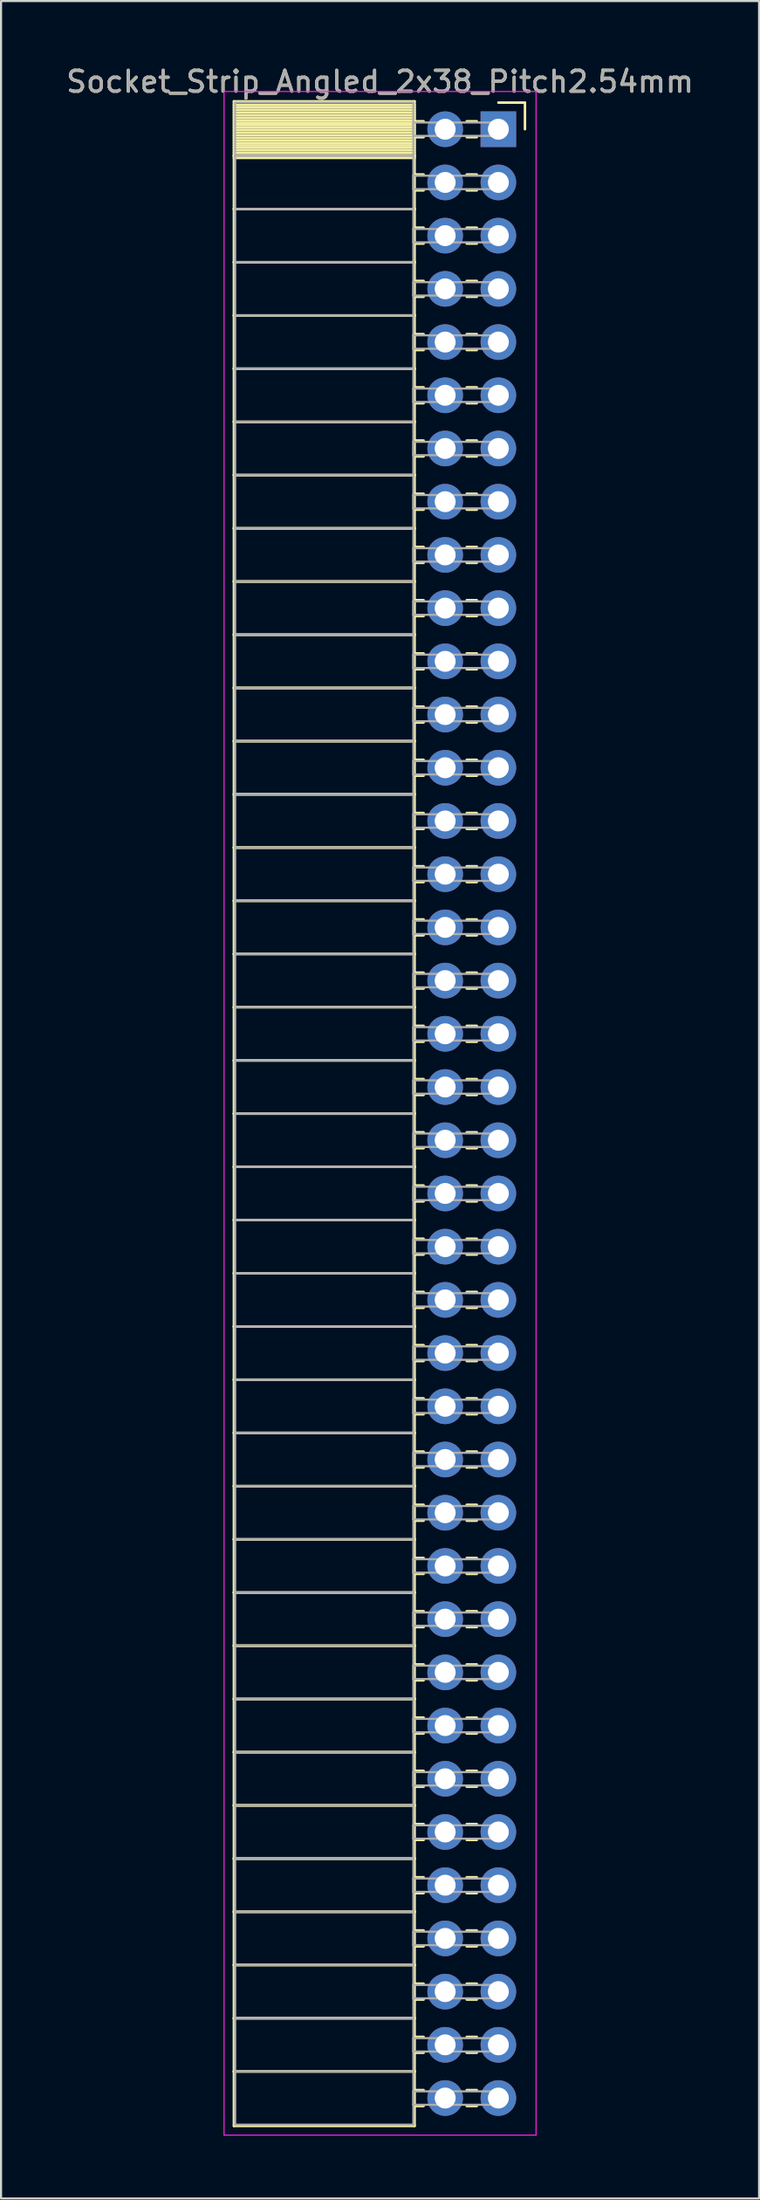
<source format=kicad_pcb>
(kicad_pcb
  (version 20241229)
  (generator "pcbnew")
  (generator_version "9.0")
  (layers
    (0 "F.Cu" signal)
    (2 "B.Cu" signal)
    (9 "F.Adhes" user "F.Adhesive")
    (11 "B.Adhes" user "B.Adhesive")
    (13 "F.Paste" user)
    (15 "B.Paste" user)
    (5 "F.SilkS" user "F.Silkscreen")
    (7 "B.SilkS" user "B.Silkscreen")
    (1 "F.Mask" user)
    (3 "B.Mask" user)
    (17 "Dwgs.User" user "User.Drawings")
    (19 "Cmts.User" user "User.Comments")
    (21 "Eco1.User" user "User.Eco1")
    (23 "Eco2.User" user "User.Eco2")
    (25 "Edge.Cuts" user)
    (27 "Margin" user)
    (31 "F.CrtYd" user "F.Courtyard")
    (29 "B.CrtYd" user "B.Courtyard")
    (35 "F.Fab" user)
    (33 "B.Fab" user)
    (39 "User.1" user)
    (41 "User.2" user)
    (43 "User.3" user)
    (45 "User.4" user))
  (footprint "Socket_Strip_Angled_2x38_Pitch2.54mm"
    (layer "F.Cu")
    (at 20.751 3.118)
    (property "Reference" "Socket_Strip_Angled_2x38_Pitch2.54mm" (at -5.65 -2.27 0) (layer "F.SilkS") (effects (font (size 1 1) (thickness 0.15))))
    (attr through_hole)
    (fp_line (start -12.63 -1.33) (end -4 -1.33) (stroke (width 0.12) (type solid)) (layer "F.SilkS"))
    (fp_line (start -12.63 1.27) (end -12.63 -1.33) (stroke (width 0.12) (type solid)) (layer "F.SilkS"))
    (fp_line (start -12.63 1.27) (end -4 1.27) (stroke (width 0.12) (type solid)) (layer "F.SilkS"))
    (fp_line (start -12.63 3.81) (end -12.63 1.27) (stroke (width 0.12) (type solid)) (layer "F.SilkS"))
    (fp_line (start -12.63 3.81) (end -4 3.81) (stroke (width 0.12) (type solid)) (layer "F.SilkS"))
    (fp_line (start -12.63 6.35) (end -12.63 3.81) (stroke (width 0.12) (type solid)) (layer "F.SilkS"))
    (fp_line (start -12.63 6.35) (end -4 6.35) (stroke (width 0.12) (type solid)) (layer "F.SilkS"))
    (fp_line (start -12.63 8.89) (end -12.63 6.35) (stroke (width 0.12) (type solid)) (layer "F.SilkS"))
    (fp_line (start -12.63 8.89) (end -4 8.89) (stroke (width 0.12) (type solid)) (layer "F.SilkS"))
    (fp_line (start -12.63 11.43) (end -12.63 8.89) (stroke (width 0.12) (type solid)) (layer "F.SilkS"))
    (fp_line (start -12.63 11.43) (end -4 11.43) (stroke (width 0.12) (type solid)) (layer "F.SilkS"))
    (fp_line (start -12.63 13.97) (end -12.63 11.43) (stroke (width 0.12) (type solid)) (layer "F.SilkS"))
    (fp_line (start -12.63 13.97) (end -4 13.97) (stroke (width 0.12) (type solid)) (layer "F.SilkS"))
    (fp_line (start -12.63 16.51) (end -12.63 13.97) (stroke (width 0.12) (type solid)) (layer "F.SilkS"))
    (fp_line (start -12.63 16.51) (end -4 16.51) (stroke (width 0.12) (type solid)) (layer "F.SilkS"))
    (fp_line (start -12.63 19.05) (end -12.63 16.51) (stroke (width 0.12) (type solid)) (layer "F.SilkS"))
    (fp_line (start -12.63 19.05) (end -4 19.05) (stroke (width 0.12) (type solid)) (layer "F.SilkS"))
    (fp_line (start -12.63 21.59) (end -12.63 19.05) (stroke (width 0.12) (type solid)) (layer "F.SilkS"))
    (fp_line (start -12.63 21.59) (end -4 21.59) (stroke (width 0.12) (type solid)) (layer "F.SilkS"))
    (fp_line (start -12.63 24.13) (end -12.63 21.59) (stroke (width 0.12) (type solid)) (layer "F.SilkS"))
    (fp_line (start -12.63 24.13) (end -4 24.13) (stroke (width 0.12) (type solid)) (layer "F.SilkS"))
    (fp_line (start -12.63 26.67) (end -12.63 24.13) (stroke (width 0.12) (type solid)) (layer "F.SilkS"))
    (fp_line (start -12.63 26.67) (end -4 26.67) (stroke (width 0.12) (type solid)) (layer "F.SilkS"))
    (fp_line (start -12.63 29.21) (end -12.63 26.67) (stroke (width 0.12) (type solid)) (layer "F.SilkS"))
    (fp_line (start -12.63 29.21) (end -4 29.21) (stroke (width 0.12) (type solid)) (layer "F.SilkS"))
    (fp_line (start -12.63 31.75) (end -12.63 29.21) (stroke (width 0.12) (type solid)) (layer "F.SilkS"))
    (fp_line (start -12.63 31.75) (end -4 31.75) (stroke (width 0.12) (type solid)) (layer "F.SilkS"))
    (fp_line (start -12.63 34.29) (end -12.63 31.75) (stroke (width 0.12) (type solid)) (layer "F.SilkS"))
    (fp_line (start -12.63 34.29) (end -4 34.29) (stroke (width 0.12) (type solid)) (layer "F.SilkS"))
    (fp_line (start -12.63 36.83) (end -12.63 34.29) (stroke (width 0.12) (type solid)) (layer "F.SilkS"))
    (fp_line (start -12.63 36.83) (end -4 36.83) (stroke (width 0.12) (type solid)) (layer "F.SilkS"))
    (fp_line (start -12.63 39.37) (end -12.63 36.83) (stroke (width 0.12) (type solid)) (layer "F.SilkS"))
    (fp_line (start -12.63 39.37) (end -4 39.37) (stroke (width 0.12) (type solid)) (layer "F.SilkS"))
    (fp_line (start -12.63 41.91) (end -12.63 39.37) (stroke (width 0.12) (type solid)) (layer "F.SilkS"))
    (fp_line (start -12.63 41.91) (end -4 41.91) (stroke (width 0.12) (type solid)) (layer "F.SilkS"))
    (fp_line (start -12.63 44.45) (end -12.63 41.91) (stroke (width 0.12) (type solid)) (layer "F.SilkS"))
    (fp_line (start -12.63 44.45) (end -4 44.45) (stroke (width 0.12) (type solid)) (layer "F.SilkS"))
    (fp_line (start -12.63 46.99) (end -12.63 44.45) (stroke (width 0.12) (type solid)) (layer "F.SilkS"))
    (fp_line (start -12.63 46.99) (end -4 46.99) (stroke (width 0.12) (type solid)) (layer "F.SilkS"))
    (fp_line (start -12.63 49.53) (end -12.63 46.99) (stroke (width 0.12) (type solid)) (layer "F.SilkS"))
    (fp_line (start -12.63 49.53) (end -4 49.53) (stroke (width 0.12) (type solid)) (layer "F.SilkS"))
    (fp_line (start -12.63 52.07) (end -12.63 49.53) (stroke (width 0.12) (type solid)) (layer "F.SilkS"))
    (fp_line (start -12.63 52.07) (end -4 52.07) (stroke (width 0.12) (type solid)) (layer "F.SilkS"))
    (fp_line (start -12.63 54.61) (end -12.63 52.07) (stroke (width 0.12) (type solid)) (layer "F.SilkS"))
    (fp_line (start -12.63 54.61) (end -4 54.61) (stroke (width 0.12) (type solid)) (layer "F.SilkS"))
    (fp_line (start -12.63 57.15) (end -12.63 54.61) (stroke (width 0.12) (type solid)) (layer "F.SilkS"))
    (fp_line (start -12.63 57.15) (end -4 57.15) (stroke (width 0.12) (type solid)) (layer "F.SilkS"))
    (fp_line (start -12.63 59.69) (end -12.63 57.15) (stroke (width 0.12) (type solid)) (layer "F.SilkS"))
    (fp_line (start -12.63 59.69) (end -4 59.69) (stroke (width 0.12) (type solid)) (layer "F.SilkS"))
    (fp_line (start -12.63 62.23) (end -12.63 59.69) (stroke (width 0.12) (type solid)) (layer "F.SilkS"))
    (fp_line (start -12.63 62.23) (end -4 62.23) (stroke (width 0.12) (type solid)) (layer "F.SilkS"))
    (fp_line (start -12.63 64.77) (end -12.63 62.23) (stroke (width 0.12) (type solid)) (layer "F.SilkS"))
    (fp_line (start -12.63 64.77) (end -4 64.77) (stroke (width 0.12) (type solid)) (layer "F.SilkS"))
    (fp_line (start -12.63 67.31) (end -12.63 64.77) (stroke (width 0.12) (type solid)) (layer "F.SilkS"))
    (fp_line (start -12.63 67.31) (end -4 67.31) (stroke (width 0.12) (type solid)) (layer "F.SilkS"))
    (fp_line (start -12.63 69.85) (end -12.63 67.31) (stroke (width 0.12) (type solid)) (layer "F.SilkS"))
    (fp_line (start -12.63 69.85) (end -4 69.85) (stroke (width 0.12) (type solid)) (layer "F.SilkS"))
    (fp_line (start -12.63 72.39) (end -12.63 69.85) (stroke (width 0.12) (type solid)) (layer "F.SilkS"))
    (fp_line (start -12.63 72.39) (end -4 72.39) (stroke (width 0.12) (type solid)) (layer "F.SilkS"))
    (fp_line (start -12.63 74.93) (end -12.63 72.39) (stroke (width 0.12) (type solid)) (layer "F.SilkS"))
    (fp_line (start -12.63 74.93) (end -4 74.93) (stroke (width 0.12) (type solid)) (layer "F.SilkS"))
    (fp_line (start -12.63 77.47) (end -12.63 74.93) (stroke (width 0.12) (type solid)) (layer "F.SilkS"))
    (fp_line (start -12.63 77.47) (end -4 77.47) (stroke (width 0.12) (type solid)) (layer "F.SilkS"))
    (fp_line (start -12.63 80.01) (end -12.63 77.47) (stroke (width 0.12) (type solid)) (layer "F.SilkS"))
    (fp_line (start -12.63 80.01) (end -4 80.01) (stroke (width 0.12) (type solid)) (layer "F.SilkS"))
    (fp_line (start -12.63 82.55) (end -12.63 80.01) (stroke (width 0.12) (type solid)) (layer "F.SilkS"))
    (fp_line (start -12.63 82.55) (end -4 82.55) (stroke (width 0.12) (type solid)) (layer "F.SilkS"))
    (fp_line (start -12.63 85.09) (end -12.63 82.55) (stroke (width 0.12) (type solid)) (layer "F.SilkS"))
    (fp_line (start -12.63 85.09) (end -4 85.09) (stroke (width 0.12) (type solid)) (layer "F.SilkS"))
    (fp_line (start -12.63 87.63) (end -12.63 85.09) (stroke (width 0.12) (type solid)) (layer "F.SilkS"))
    (fp_line (start -12.63 87.63) (end -4 87.63) (stroke (width 0.12) (type solid)) (layer "F.SilkS"))
    (fp_line (start -12.63 90.17) (end -12.63 87.63) (stroke (width 0.12) (type solid)) (layer "F.SilkS"))
    (fp_line (start -12.63 90.17) (end -4 90.17) (stroke (width 0.12) (type solid)) (layer "F.SilkS"))
    (fp_line (start -12.63 92.71) (end -12.63 90.17) (stroke (width 0.12) (type solid)) (layer "F.SilkS"))
    (fp_line (start -12.63 92.71) (end -4 92.71) (stroke (width 0.12) (type solid)) (layer "F.SilkS"))
    (fp_line (start -12.63 95.31) (end -12.63 92.71) (stroke (width 0.12) (type solid)) (layer "F.SilkS"))
    (fp_line (start -4 -1.33) (end -4 1.27) (stroke (width 0.12) (type solid)) (layer "F.SilkS"))
    (fp_line (start -4 -1.15) (end -12.63 -1.15) (stroke (width 0.12) (type solid)) (layer "F.SilkS"))
    (fp_line (start -4 -1.03) (end -12.63 -1.03) (stroke (width 0.12) (type solid)) (layer "F.SilkS"))
    (fp_line (start -4 -0.91) (end -12.63 -0.91) (stroke (width 0.12) (type solid)) (layer "F.SilkS"))
    (fp_line (start -4 -0.79) (end -12.63 -0.79) (stroke (width 0.12) (type solid)) (layer "F.SilkS"))
    (fp_line (start -4 -0.67) (end -12.63 -0.67) (stroke (width 0.12) (type solid)) (layer "F.SilkS"))
    (fp_line (start -4 -0.55) (end -12.63 -0.55) (stroke (width 0.12) (type solid)) (layer "F.SilkS"))
    (fp_line (start -4 -0.43) (end -12.63 -0.43) (stroke (width 0.12) (type solid)) (layer "F.SilkS"))
    (fp_line (start -4 -0.31) (end -12.63 -0.31) (stroke (width 0.12) (type solid)) (layer "F.SilkS"))
    (fp_line (start -4 -0.19) (end -12.63 -0.19) (stroke (width 0.12) (type solid)) (layer "F.SilkS"))
    (fp_line (start -4 -0.07) (end -12.63 -0.07) (stroke (width 0.12) (type solid)) (layer "F.SilkS"))
    (fp_line (start -4 0.05) (end -12.63 0.05) (stroke (width 0.12) (type solid)) (layer "F.SilkS"))
    (fp_line (start -4 0.17) (end -12.63 0.17) (stroke (width 0.12) (type solid)) (layer "F.SilkS"))
    (fp_line (start -4 0.29) (end -12.63 0.29) (stroke (width 0.12) (type solid)) (layer "F.SilkS"))
    (fp_line (start -4 0.41) (end -12.63 0.41) (stroke (width 0.12) (type solid)) (layer "F.SilkS"))
    (fp_line (start -4 0.53) (end -12.63 0.53) (stroke (width 0.12) (type solid)) (layer "F.SilkS"))
    (fp_line (start -4 0.65) (end -12.63 0.65) (stroke (width 0.12) (type solid)) (layer "F.SilkS"))
    (fp_line (start -4 0.77) (end -12.63 0.77) (stroke (width 0.12) (type solid)) (layer "F.SilkS"))
    (fp_line (start -4 0.89) (end -12.63 0.89) (stroke (width 0.12) (type solid)) (layer "F.SilkS"))
    (fp_line (start -4 1.01) (end -12.63 1.01) (stroke (width 0.12) (type solid)) (layer "F.SilkS"))
    (fp_line (start -4 1.13) (end -12.63 1.13) (stroke (width 0.12) (type solid)) (layer "F.SilkS"))
    (fp_line (start -4 1.25) (end -12.63 1.25) (stroke (width 0.12) (type solid)) (layer "F.SilkS"))
    (fp_line (start -4 1.27) (end -12.63 1.27) (stroke (width 0.12) (type solid)) (layer "F.SilkS"))
    (fp_line (start -4 1.27) (end -4 3.81) (stroke (width 0.12) (type solid)) (layer "F.SilkS"))
    (fp_line (start -4 1.37) (end -12.63 1.37) (stroke (width 0.12) (type solid)) (layer "F.SilkS"))
    (fp_line (start -4 3.81) (end -12.63 3.81) (stroke (width 0.12) (type solid)) (layer "F.SilkS"))
    (fp_line (start -4 3.81) (end -4 6.35) (stroke (width 0.12) (type solid)) (layer "F.SilkS"))
    (fp_line (start -4 6.35) (end -12.63 6.35) (stroke (width 0.12) (type solid)) (layer "F.SilkS"))
    (fp_line (start -4 6.35) (end -4 8.89) (stroke (width 0.12) (type solid)) (layer "F.SilkS"))
    (fp_line (start -4 8.89) (end -12.63 8.89) (stroke (width 0.12) (type solid)) (layer "F.SilkS"))
    (fp_line (start -4 8.89) (end -4 11.43) (stroke (width 0.12) (type solid)) (layer "F.SilkS"))
    (fp_line (start -4 11.43) (end -12.63 11.43) (stroke (width 0.12) (type solid)) (layer "F.SilkS"))
    (fp_line (start -4 11.43) (end -4 13.97) (stroke (width 0.12) (type solid)) (layer "F.SilkS"))
    (fp_line (start -4 13.97) (end -12.63 13.97) (stroke (width 0.12) (type solid)) (layer "F.SilkS"))
    (fp_line (start -4 13.97) (end -4 16.51) (stroke (width 0.12) (type solid)) (layer "F.SilkS"))
    (fp_line (start -4 16.51) (end -12.63 16.51) (stroke (width 0.12) (type solid)) (layer "F.SilkS"))
    (fp_line (start -4 16.51) (end -4 19.05) (stroke (width 0.12) (type solid)) (layer "F.SilkS"))
    (fp_line (start -4 19.05) (end -12.63 19.05) (stroke (width 0.12) (type solid)) (layer "F.SilkS"))
    (fp_line (start -4 19.05) (end -4 21.59) (stroke (width 0.12) (type solid)) (layer "F.SilkS"))
    (fp_line (start -4 21.59) (end -12.63 21.59) (stroke (width 0.12) (type solid)) (layer "F.SilkS"))
    (fp_line (start -4 21.59) (end -4 24.13) (stroke (width 0.12) (type solid)) (layer "F.SilkS"))
    (fp_line (start -4 24.13) (end -12.63 24.13) (stroke (width 0.12) (type solid)) (layer "F.SilkS"))
    (fp_line (start -4 24.13) (end -4 26.67) (stroke (width 0.12) (type solid)) (layer "F.SilkS"))
    (fp_line (start -4 26.67) (end -12.63 26.67) (stroke (width 0.12) (type solid)) (layer "F.SilkS"))
    (fp_line (start -4 26.67) (end -4 29.21) (stroke (width 0.12) (type solid)) (layer "F.SilkS"))
    (fp_line (start -4 29.21) (end -12.63 29.21) (stroke (width 0.12) (type solid)) (layer "F.SilkS"))
    (fp_line (start -4 29.21) (end -4 31.75) (stroke (width 0.12) (type solid)) (layer "F.SilkS"))
    (fp_line (start -4 31.75) (end -12.63 31.75) (stroke (width 0.12) (type solid)) (layer "F.SilkS"))
    (fp_line (start -4 31.75) (end -4 34.29) (stroke (width 0.12) (type solid)) (layer "F.SilkS"))
    (fp_line (start -4 34.29) (end -12.63 34.29) (stroke (width 0.12) (type solid)) (layer "F.SilkS"))
    (fp_line (start -4 34.29) (end -4 36.83) (stroke (width 0.12) (type solid)) (layer "F.SilkS"))
    (fp_line (start -4 36.83) (end -12.63 36.83) (stroke (width 0.12) (type solid)) (layer "F.SilkS"))
    (fp_line (start -4 36.83) (end -4 39.37) (stroke (width 0.12) (type solid)) (layer "F.SilkS"))
    (fp_line (start -4 39.37) (end -12.63 39.37) (stroke (width 0.12) (type solid)) (layer "F.SilkS"))
    (fp_line (start -4 39.37) (end -4 41.91) (stroke (width 0.12) (type solid)) (layer "F.SilkS"))
    (fp_line (start -4 41.91) (end -12.63 41.91) (stroke (width 0.12) (type solid)) (layer "F.SilkS"))
    (fp_line (start -4 41.91) (end -4 44.45) (stroke (width 0.12) (type solid)) (layer "F.SilkS"))
    (fp_line (start -4 44.45) (end -12.63 44.45) (stroke (width 0.12) (type solid)) (layer "F.SilkS"))
    (fp_line (start -4 44.45) (end -4 46.99) (stroke (width 0.12) (type solid)) (layer "F.SilkS"))
    (fp_line (start -4 46.99) (end -12.63 46.99) (stroke (width 0.12) (type solid)) (layer "F.SilkS"))
    (fp_line (start -4 46.99) (end -4 49.53) (stroke (width 0.12) (type solid)) (layer "F.SilkS"))
    (fp_line (start -4 49.53) (end -12.63 49.53) (stroke (width 0.12) (type solid)) (layer "F.SilkS"))
    (fp_line (start -4 49.53) (end -4 52.07) (stroke (width 0.12) (type solid)) (layer "F.SilkS"))
    (fp_line (start -4 52.07) (end -12.63 52.07) (stroke (width 0.12) (type solid)) (layer "F.SilkS"))
    (fp_line (start -4 52.07) (end -4 54.61) (stroke (width 0.12) (type solid)) (layer "F.SilkS"))
    (fp_line (start -4 54.61) (end -12.63 54.61) (stroke (width 0.12) (type solid)) (layer "F.SilkS"))
    (fp_line (start -4 54.61) (end -4 57.15) (stroke (width 0.12) (type solid)) (layer "F.SilkS"))
    (fp_line (start -4 57.15) (end -12.63 57.15) (stroke (width 0.12) (type solid)) (layer "F.SilkS"))
    (fp_line (start -4 57.15) (end -4 59.69) (stroke (width 0.12) (type solid)) (layer "F.SilkS"))
    (fp_line (start -4 59.69) (end -12.63 59.69) (stroke (width 0.12) (type solid)) (layer "F.SilkS"))
    (fp_line (start -4 59.69) (end -4 62.23) (stroke (width 0.12) (type solid)) (layer "F.SilkS"))
    (fp_line (start -4 62.23) (end -12.63 62.23) (stroke (width 0.12) (type solid)) (layer "F.SilkS"))
    (fp_line (start -4 62.23) (end -4 64.77) (stroke (width 0.12) (type solid)) (layer "F.SilkS"))
    (fp_line (start -4 64.77) (end -12.63 64.77) (stroke (width 0.12) (type solid)) (layer "F.SilkS"))
    (fp_line (start -4 64.77) (end -4 67.31) (stroke (width 0.12) (type solid)) (layer "F.SilkS"))
    (fp_line (start -4 67.31) (end -12.63 67.31) (stroke (width 0.12) (type solid)) (layer "F.SilkS"))
    (fp_line (start -4 67.31) (end -4 69.85) (stroke (width 0.12) (type solid)) (layer "F.SilkS"))
    (fp_line (start -4 69.85) (end -12.63 69.85) (stroke (width 0.12) (type solid)) (layer "F.SilkS"))
    (fp_line (start -4 69.85) (end -4 72.39) (stroke (width 0.12) (type solid)) (layer "F.SilkS"))
    (fp_line (start -4 72.39) (end -12.63 72.39) (stroke (width 0.12) (type solid)) (layer "F.SilkS"))
    (fp_line (start -4 72.39) (end -4 74.93) (stroke (width 0.12) (type solid)) (layer "F.SilkS"))
    (fp_line (start -4 74.93) (end -12.63 74.93) (stroke (width 0.12) (type solid)) (layer "F.SilkS"))
    (fp_line (start -4 74.93) (end -4 77.47) (stroke (width 0.12) (type solid)) (layer "F.SilkS"))
    (fp_line (start -4 77.47) (end -12.63 77.47) (stroke (width 0.12) (type solid)) (layer "F.SilkS"))
    (fp_line (start -4 77.47) (end -4 80.01) (stroke (width 0.12) (type solid)) (layer "F.SilkS"))
    (fp_line (start -4 80.01) (end -12.63 80.01) (stroke (width 0.12) (type solid)) (layer "F.SilkS"))
    (fp_line (start -4 80.01) (end -4 82.55) (stroke (width 0.12) (type solid)) (layer "F.SilkS"))
    (fp_line (start -4 82.55) (end -12.63 82.55) (stroke (width 0.12) (type solid)) (layer "F.SilkS"))
    (fp_line (start -4 82.55) (end -4 85.09) (stroke (width 0.12) (type solid)) (layer "F.SilkS"))
    (fp_line (start -4 85.09) (end -12.63 85.09) (stroke (width 0.12) (type solid)) (layer "F.SilkS"))
    (fp_line (start -4 85.09) (end -4 87.63) (stroke (width 0.12) (type solid)) (layer "F.SilkS"))
    (fp_line (start -4 87.63) (end -12.63 87.63) (stroke (width 0.12) (type solid)) (layer "F.SilkS"))
    (fp_line (start -4 87.63) (end -4 90.17) (stroke (width 0.12) (type solid)) (layer "F.SilkS"))
    (fp_line (start -4 90.17) (end -12.63 90.17) (stroke (width 0.12) (type solid)) (layer "F.SilkS"))
    (fp_line (start -4 90.17) (end -4 92.71) (stroke (width 0.12) (type solid)) (layer "F.SilkS"))
    (fp_line (start -4 92.71) (end -12.63 92.71) (stroke (width 0.12) (type solid)) (layer "F.SilkS"))
    (fp_line (start -4 92.71) (end -4 95.31) (stroke (width 0.12) (type solid)) (layer "F.SilkS"))
    (fp_line (start -4 95.31) (end -12.63 95.31) (stroke (width 0.12) (type solid)) (layer "F.SilkS"))
    (fp_line (start -3.57 -0.38) (end -4 -0.38) (stroke (width 0.12) (type solid)) (layer "F.SilkS"))
    (fp_line (start -3.57 0.38) (end -4 0.38) (stroke (width 0.12) (type solid)) (layer "F.SilkS"))
    (fp_line (start -3.57 2.16) (end -4 2.16) (stroke (width 0.12) (type solid)) (layer "F.SilkS"))
    (fp_line (start -3.57 2.92) (end -4 2.92) (stroke (width 0.12) (type solid)) (layer "F.SilkS"))
    (fp_line (start -3.57 4.7) (end -4 4.7) (stroke (width 0.12) (type solid)) (layer "F.SilkS"))
    (fp_line (start -3.57 5.46) (end -4 5.46) (stroke (width 0.12) (type solid)) (layer "F.SilkS"))
    (fp_line (start -3.57 7.24) (end -4 7.24) (stroke (width 0.12) (type solid)) (layer "F.SilkS"))
    (fp_line (start -3.57 8) (end -4 8) (stroke (width 0.12) (type solid)) (layer "F.SilkS"))
    (fp_line (start -3.57 9.78) (end -4 9.78) (stroke (width 0.12) (type solid)) (layer "F.SilkS"))
    (fp_line (start -3.57 10.54) (end -4 10.54) (stroke (width 0.12) (type solid)) (layer "F.SilkS"))
    (fp_line (start -3.57 12.32) (end -4 12.32) (stroke (width 0.12) (type solid)) (layer "F.SilkS"))
    (fp_line (start -3.57 13.08) (end -4 13.08) (stroke (width 0.12) (type solid)) (layer "F.SilkS"))
    (fp_line (start -3.57 14.86) (end -4 14.86) (stroke (width 0.12) (type solid)) (layer "F.SilkS"))
    (fp_line (start -3.57 15.62) (end -4 15.62) (stroke (width 0.12) (type solid)) (layer "F.SilkS"))
    (fp_line (start -3.57 17.4) (end -4 17.4) (stroke (width 0.12) (type solid)) (layer "F.SilkS"))
    (fp_line (start -3.57 18.16) (end -4 18.16) (stroke (width 0.12) (type solid)) (layer "F.SilkS"))
    (fp_line (start -3.57 19.94) (end -4 19.94) (stroke (width 0.12) (type solid)) (layer "F.SilkS"))
    (fp_line (start -3.57 20.7) (end -4 20.7) (stroke (width 0.12) (type solid)) (layer "F.SilkS"))
    (fp_line (start -3.57 22.48) (end -4 22.48) (stroke (width 0.12) (type solid)) (layer "F.SilkS"))
    (fp_line (start -3.57 23.24) (end -4 23.24) (stroke (width 0.12) (type solid)) (layer "F.SilkS"))
    (fp_line (start -3.57 25.02) (end -4 25.02) (stroke (width 0.12) (type solid)) (layer "F.SilkS"))
    (fp_line (start -3.57 25.78) (end -4 25.78) (stroke (width 0.12) (type solid)) (layer "F.SilkS"))
    (fp_line (start -3.57 27.56) (end -4 27.56) (stroke (width 0.12) (type solid)) (layer "F.SilkS"))
    (fp_line (start -3.57 28.32) (end -4 28.32) (stroke (width 0.12) (type solid)) (layer "F.SilkS"))
    (fp_line (start -3.57 30.1) (end -4 30.1) (stroke (width 0.12) (type solid)) (layer "F.SilkS"))
    (fp_line (start -3.57 30.86) (end -4 30.86) (stroke (width 0.12) (type solid)) (layer "F.SilkS"))
    (fp_line (start -3.57 32.64) (end -4 32.64) (stroke (width 0.12) (type solid)) (layer "F.SilkS"))
    (fp_line (start -3.57 33.4) (end -4 33.4) (stroke (width 0.12) (type solid)) (layer "F.SilkS"))
    (fp_line (start -3.57 35.18) (end -4 35.18) (stroke (width 0.12) (type solid)) (layer "F.SilkS"))
    (fp_line (start -3.57 35.94) (end -4 35.94) (stroke (width 0.12) (type solid)) (layer "F.SilkS"))
    (fp_line (start -3.57 37.72) (end -4 37.72) (stroke (width 0.12) (type solid)) (layer "F.SilkS"))
    (fp_line (start -3.57 38.48) (end -4 38.48) (stroke (width 0.12) (type solid)) (layer "F.SilkS"))
    (fp_line (start -3.57 40.26) (end -4 40.26) (stroke (width 0.12) (type solid)) (layer "F.SilkS"))
    (fp_line (start -3.57 41.02) (end -4 41.02) (stroke (width 0.12) (type solid)) (layer "F.SilkS"))
    (fp_line (start -3.57 42.8) (end -4 42.8) (stroke (width 0.12) (type solid)) (layer "F.SilkS"))
    (fp_line (start -3.57 43.56) (end -4 43.56) (stroke (width 0.12) (type solid)) (layer "F.SilkS"))
    (fp_line (start -3.57 45.34) (end -4 45.34) (stroke (width 0.12) (type solid)) (layer "F.SilkS"))
    (fp_line (start -3.57 46.1) (end -4 46.1) (stroke (width 0.12) (type solid)) (layer "F.SilkS"))
    (fp_line (start -3.57 47.88) (end -4 47.88) (stroke (width 0.12) (type solid)) (layer "F.SilkS"))
    (fp_line (start -3.57 48.64) (end -4 48.64) (stroke (width 0.12) (type solid)) (layer "F.SilkS"))
    (fp_line (start -3.57 50.42) (end -4 50.42) (stroke (width 0.12) (type solid)) (layer "F.SilkS"))
    (fp_line (start -3.57 51.18) (end -4 51.18) (stroke (width 0.12) (type solid)) (layer "F.SilkS"))
    (fp_line (start -3.57 52.96) (end -4 52.96) (stroke (width 0.12) (type solid)) (layer "F.SilkS"))
    (fp_line (start -3.57 53.72) (end -4 53.72) (stroke (width 0.12) (type solid)) (layer "F.SilkS"))
    (fp_line (start -3.57 55.5) (end -4 55.5) (stroke (width 0.12) (type solid)) (layer "F.SilkS"))
    (fp_line (start -3.57 56.26) (end -4 56.26) (stroke (width 0.12) (type solid)) (layer "F.SilkS"))
    (fp_line (start -3.57 58.04) (end -4 58.04) (stroke (width 0.12) (type solid)) (layer "F.SilkS"))
    (fp_line (start -3.57 58.8) (end -4 58.8) (stroke (width 0.12) (type solid)) (layer "F.SilkS"))
    (fp_line (start -3.57 60.58) (end -4 60.58) (stroke (width 0.12) (type solid)) (layer "F.SilkS"))
    (fp_line (start -3.57 61.34) (end -4 61.34) (stroke (width 0.12) (type solid)) (layer "F.SilkS"))
    (fp_line (start -3.57 63.12) (end -4 63.12) (stroke (width 0.12) (type solid)) (layer "F.SilkS"))
    (fp_line (start -3.57 63.88) (end -4 63.88) (stroke (width 0.12) (type solid)) (layer "F.SilkS"))
    (fp_line (start -3.57 65.66) (end -4 65.66) (stroke (width 0.12) (type solid)) (layer "F.SilkS"))
    (fp_line (start -3.57 66.42) (end -4 66.42) (stroke (width 0.12) (type solid)) (layer "F.SilkS"))
    (fp_line (start -3.57 68.2) (end -4 68.2) (stroke (width 0.12) (type solid)) (layer "F.SilkS"))
    (fp_line (start -3.57 68.96) (end -4 68.96) (stroke (width 0.12) (type solid)) (layer "F.SilkS"))
    (fp_line (start -3.57 70.74) (end -4 70.74) (stroke (width 0.12) (type solid)) (layer "F.SilkS"))
    (fp_line (start -3.57 71.5) (end -4 71.5) (stroke (width 0.12) (type solid)) (layer "F.SilkS"))
    (fp_line (start -3.57 73.28) (end -4 73.28) (stroke (width 0.12) (type solid)) (layer "F.SilkS"))
    (fp_line (start -3.57 74.04) (end -4 74.04) (stroke (width 0.12) (type solid)) (layer "F.SilkS"))
    (fp_line (start -3.57 75.82) (end -4 75.82) (stroke (width 0.12) (type solid)) (layer "F.SilkS"))
    (fp_line (start -3.57 76.58) (end -4 76.58) (stroke (width 0.12) (type solid)) (layer "F.SilkS"))
    (fp_line (start -3.57 78.36) (end -4 78.36) (stroke (width 0.12) (type solid)) (layer "F.SilkS"))
    (fp_line (start -3.57 79.12) (end -4 79.12) (stroke (width 0.12) (type solid)) (layer "F.SilkS"))
    (fp_line (start -3.57 80.9) (end -4 80.9) (stroke (width 0.12) (type solid)) (layer "F.SilkS"))
    (fp_line (start -3.57 81.66) (end -4 81.66) (stroke (width 0.12) (type solid)) (layer "F.SilkS"))
    (fp_line (start -3.57 83.44) (end -4 83.44) (stroke (width 0.12) (type solid)) (layer "F.SilkS"))
    (fp_line (start -3.57 84.2) (end -4 84.2) (stroke (width 0.12) (type solid)) (layer "F.SilkS"))
    (fp_line (start -3.57 85.98) (end -4 85.98) (stroke (width 0.12) (type solid)) (layer "F.SilkS"))
    (fp_line (start -3.57 86.74) (end -4 86.74) (stroke (width 0.12) (type solid)) (layer "F.SilkS"))
    (fp_line (start -3.57 88.52) (end -4 88.52) (stroke (width 0.12) (type solid)) (layer "F.SilkS"))
    (fp_line (start -3.57 89.28) (end -4 89.28) (stroke (width 0.12) (type solid)) (layer "F.SilkS"))
    (fp_line (start -3.57 91.06) (end -4 91.06) (stroke (width 0.12) (type solid)) (layer "F.SilkS"))
    (fp_line (start -3.57 91.82) (end -4 91.82) (stroke (width 0.12) (type solid)) (layer "F.SilkS"))
    (fp_line (start -3.57 93.6) (end -4 93.6) (stroke (width 0.12) (type solid)) (layer "F.SilkS"))
    (fp_line (start -3.57 94.36) (end -4 94.36) (stroke (width 0.12) (type solid)) (layer "F.SilkS"))
    (fp_line (start -1.03 -0.38) (end -1.51 -0.38) (stroke (width 0.12) (type solid)) (layer "F.SilkS"))
    (fp_line (start -1.03 0.38) (end -1.51 0.38) (stroke (width 0.12) (type solid)) (layer "F.SilkS"))
    (fp_line (start -1.03 2.16) (end -1.51 2.16) (stroke (width 0.12) (type solid)) (layer "F.SilkS"))
    (fp_line (start -1.03 2.92) (end -1.51 2.92) (stroke (width 0.12) (type solid)) (layer "F.SilkS"))
    (fp_line (start -1.03 4.7) (end -1.51 4.7) (stroke (width 0.12) (type solid)) (layer "F.SilkS"))
    (fp_line (start -1.03 5.46) (end -1.51 5.46) (stroke (width 0.12) (type solid)) (layer "F.SilkS"))
    (fp_line (start -1.03 7.24) (end -1.51 7.24) (stroke (width 0.12) (type solid)) (layer "F.SilkS"))
    (fp_line (start -1.03 8) (end -1.51 8) (stroke (width 0.12) (type solid)) (layer "F.SilkS"))
    (fp_line (start -1.03 9.78) (end -1.51 9.78) (stroke (width 0.12) (type solid)) (layer "F.SilkS"))
    (fp_line (start -1.03 10.54) (end -1.51 10.54) (stroke (width 0.12) (type solid)) (layer "F.SilkS"))
    (fp_line (start -1.03 12.32) (end -1.51 12.32) (stroke (width 0.12) (type solid)) (layer "F.SilkS"))
    (fp_line (start -1.03 13.08) (end -1.51 13.08) (stroke (width 0.12) (type solid)) (layer "F.SilkS"))
    (fp_line (start -1.03 14.86) (end -1.51 14.86) (stroke (width 0.12) (type solid)) (layer "F.SilkS"))
    (fp_line (start -1.03 15.62) (end -1.51 15.62) (stroke (width 0.12) (type solid)) (layer "F.SilkS"))
    (fp_line (start -1.03 17.4) (end -1.51 17.4) (stroke (width 0.12) (type solid)) (layer "F.SilkS"))
    (fp_line (start -1.03 18.16) (end -1.51 18.16) (stroke (width 0.12) (type solid)) (layer "F.SilkS"))
    (fp_line (start -1.03 19.94) (end -1.51 19.94) (stroke (width 0.12) (type solid)) (layer "F.SilkS"))
    (fp_line (start -1.03 20.7) (end -1.51 20.7) (stroke (width 0.12) (type solid)) (layer "F.SilkS"))
    (fp_line (start -1.03 22.48) (end -1.51 22.48) (stroke (width 0.12) (type solid)) (layer "F.SilkS"))
    (fp_line (start -1.03 23.24) (end -1.51 23.24) (stroke (width 0.12) (type solid)) (layer "F.SilkS"))
    (fp_line (start -1.03 25.02) (end -1.51 25.02) (stroke (width 0.12) (type solid)) (layer "F.SilkS"))
    (fp_line (start -1.03 25.78) (end -1.51 25.78) (stroke (width 0.12) (type solid)) (layer "F.SilkS"))
    (fp_line (start -1.03 27.56) (end -1.51 27.56) (stroke (width 0.12) (type solid)) (layer "F.SilkS"))
    (fp_line (start -1.03 28.32) (end -1.51 28.32) (stroke (width 0.12) (type solid)) (layer "F.SilkS"))
    (fp_line (start -1.03 30.1) (end -1.51 30.1) (stroke (width 0.12) (type solid)) (layer "F.SilkS"))
    (fp_line (start -1.03 30.86) (end -1.51 30.86) (stroke (width 0.12) (type solid)) (layer "F.SilkS"))
    (fp_line (start -1.03 32.64) (end -1.51 32.64) (stroke (width 0.12) (type solid)) (layer "F.SilkS"))
    (fp_line (start -1.03 33.4) (end -1.51 33.4) (stroke (width 0.12) (type solid)) (layer "F.SilkS"))
    (fp_line (start -1.03 35.18) (end -1.51 35.18) (stroke (width 0.12) (type solid)) (layer "F.SilkS"))
    (fp_line (start -1.03 35.94) (end -1.51 35.94) (stroke (width 0.12) (type solid)) (layer "F.SilkS"))
    (fp_line (start -1.03 37.72) (end -1.51 37.72) (stroke (width 0.12) (type solid)) (layer "F.SilkS"))
    (fp_line (start -1.03 38.48) (end -1.51 38.48) (stroke (width 0.12) (type solid)) (layer "F.SilkS"))
    (fp_line (start -1.03 40.26) (end -1.51 40.26) (stroke (width 0.12) (type solid)) (layer "F.SilkS"))
    (fp_line (start -1.03 41.02) (end -1.51 41.02) (stroke (width 0.12) (type solid)) (layer "F.SilkS"))
    (fp_line (start -1.03 42.8) (end -1.51 42.8) (stroke (width 0.12) (type solid)) (layer "F.SilkS"))
    (fp_line (start -1.03 43.56) (end -1.51 43.56) (stroke (width 0.12) (type solid)) (layer "F.SilkS"))
    (fp_line (start -1.03 45.34) (end -1.51 45.34) (stroke (width 0.12) (type solid)) (layer "F.SilkS"))
    (fp_line (start -1.03 46.1) (end -1.51 46.1) (stroke (width 0.12) (type solid)) (layer "F.SilkS"))
    (fp_line (start -1.03 47.88) (end -1.51 47.88) (stroke (width 0.12) (type solid)) (layer "F.SilkS"))
    (fp_line (start -1.03 48.64) (end -1.51 48.64) (stroke (width 0.12) (type solid)) (layer "F.SilkS"))
    (fp_line (start -1.03 50.42) (end -1.51 50.42) (stroke (width 0.12) (type solid)) (layer "F.SilkS"))
    (fp_line (start -1.03 51.18) (end -1.51 51.18) (stroke (width 0.12) (type solid)) (layer "F.SilkS"))
    (fp_line (start -1.03 52.96) (end -1.51 52.96) (stroke (width 0.12) (type solid)) (layer "F.SilkS"))
    (fp_line (start -1.03 53.72) (end -1.51 53.72) (stroke (width 0.12) (type solid)) (layer "F.SilkS"))
    (fp_line (start -1.03 55.5) (end -1.51 55.5) (stroke (width 0.12) (type solid)) (layer "F.SilkS"))
    (fp_line (start -1.03 56.26) (end -1.51 56.26) (stroke (width 0.12) (type solid)) (layer "F.SilkS"))
    (fp_line (start -1.03 58.04) (end -1.51 58.04) (stroke (width 0.12) (type solid)) (layer "F.SilkS"))
    (fp_line (start -1.03 58.8) (end -1.51 58.8) (stroke (width 0.12) (type solid)) (layer "F.SilkS"))
    (fp_line (start -1.03 60.58) (end -1.51 60.58) (stroke (width 0.12) (type solid)) (layer "F.SilkS"))
    (fp_line (start -1.03 61.34) (end -1.51 61.34) (stroke (width 0.12) (type solid)) (layer "F.SilkS"))
    (fp_line (start -1.03 63.12) (end -1.51 63.12) (stroke (width 0.12) (type solid)) (layer "F.SilkS"))
    (fp_line (start -1.03 63.88) (end -1.51 63.88) (stroke (width 0.12) (type solid)) (layer "F.SilkS"))
    (fp_line (start -1.03 65.66) (end -1.51 65.66) (stroke (width 0.12) (type solid)) (layer "F.SilkS"))
    (fp_line (start -1.03 66.42) (end -1.51 66.42) (stroke (width 0.12) (type solid)) (layer "F.SilkS"))
    (fp_line (start -1.03 68.2) (end -1.51 68.2) (stroke (width 0.12) (type solid)) (layer "F.SilkS"))
    (fp_line (start -1.03 68.96) (end -1.51 68.96) (stroke (width 0.12) (type solid)) (layer "F.SilkS"))
    (fp_line (start -1.03 70.74) (end -1.51 70.74) (stroke (width 0.12) (type solid)) (layer "F.SilkS"))
    (fp_line (start -1.03 71.5) (end -1.51 71.5) (stroke (width 0.12) (type solid)) (layer "F.SilkS"))
    (fp_line (start -1.03 73.28) (end -1.51 73.28) (stroke (width 0.12) (type solid)) (layer "F.SilkS"))
    (fp_line (start -1.03 74.04) (end -1.51 74.04) (stroke (width 0.12) (type solid)) (layer "F.SilkS"))
    (fp_line (start -1.03 75.82) (end -1.51 75.82) (stroke (width 0.12) (type solid)) (layer "F.SilkS"))
    (fp_line (start -1.03 76.58) (end -1.51 76.58) (stroke (width 0.12) (type solid)) (layer "F.SilkS"))
    (fp_line (start -1.03 78.36) (end -1.51 78.36) (stroke (width 0.12) (type solid)) (layer "F.SilkS"))
    (fp_line (start -1.03 79.12) (end -1.51 79.12) (stroke (width 0.12) (type solid)) (layer "F.SilkS"))
    (fp_line (start -1.03 80.9) (end -1.51 80.9) (stroke (width 0.12) (type solid)) (layer "F.SilkS"))
    (fp_line (start -1.03 81.66) (end -1.51 81.66) (stroke (width 0.12) (type solid)) (layer "F.SilkS"))
    (fp_line (start -1.03 83.44) (end -1.51 83.44) (stroke (width 0.12) (type solid)) (layer "F.SilkS"))
    (fp_line (start -1.03 84.2) (end -1.51 84.2) (stroke (width 0.12) (type solid)) (layer "F.SilkS"))
    (fp_line (start -1.03 85.98) (end -1.51 85.98) (stroke (width 0.12) (type solid)) (layer "F.SilkS"))
    (fp_line (start -1.03 86.74) (end -1.51 86.74) (stroke (width 0.12) (type solid)) (layer "F.SilkS"))
    (fp_line (start -1.03 88.52) (end -1.51 88.52) (stroke (width 0.12) (type solid)) (layer "F.SilkS"))
    (fp_line (start -1.03 89.28) (end -1.51 89.28) (stroke (width 0.12) (type solid)) (layer "F.SilkS"))
    (fp_line (start -1.03 91.06) (end -1.51 91.06) (stroke (width 0.12) (type solid)) (layer "F.SilkS"))
    (fp_line (start -1.03 91.82) (end -1.51 91.82) (stroke (width 0.12) (type solid)) (layer "F.SilkS"))
    (fp_line (start -1.03 93.6) (end -1.51 93.6) (stroke (width 0.12) (type solid)) (layer "F.SilkS"))
    (fp_line (start -1.03 94.36) (end -1.51 94.36) (stroke (width 0.12) (type solid)) (layer "F.SilkS"))
    (fp_line (start 0 -1.27) (end 1.27 -1.27) (stroke (width 0.12) (type solid)) (layer "F.SilkS"))
    (fp_line (start 1.27 -1.27) (end 1.27 0) (stroke (width 0.12) (type solid)) (layer "F.SilkS"))
    (fp_line (start -13.1 -1.8) (end 1.8 -1.8) (stroke (width 0.05) (type solid)) (layer "F.CrtYd"))
    (fp_line (start -13.1 95.75) (end -13.1 -1.8) (stroke (width 0.05) (type solid)) (layer "F.CrtYd"))
    (fp_line (start 1.8 -1.8) (end 1.8 95.75) (stroke (width 0.05) (type solid)) (layer "F.CrtYd"))
    (fp_line (start 1.8 95.75) (end -13.1 95.75) (stroke (width 0.05) (type solid)) (layer "F.CrtYd"))
    (fp_line (start -12.57 -1.27) (end -4.06 -1.27) (stroke (width 0.1) (type solid)) (layer "F.Fab"))
    (fp_line (start -12.57 1.27) (end -12.57 -1.27) (stroke (width 0.1) (type solid)) (layer "F.Fab"))
    (fp_line (start -12.57 1.27) (end -4.06 1.27) (stroke (width 0.1) (type solid)) (layer "F.Fab"))
    (fp_line (start -12.57 3.81) (end -12.57 1.27) (stroke (width 0.1) (type solid)) (layer "F.Fab"))
    (fp_line (start -12.57 3.81) (end -4.06 3.81) (stroke (width 0.1) (type solid)) (layer "F.Fab"))
    (fp_line (start -12.57 6.35) (end -12.57 3.81) (stroke (width 0.1) (type solid)) (layer "F.Fab"))
    (fp_line (start -12.57 6.35) (end -4.06 6.35) (stroke (width 0.1) (type solid)) (layer "F.Fab"))
    (fp_line (start -12.57 8.89) (end -12.57 6.35) (stroke (width 0.1) (type solid)) (layer "F.Fab"))
    (fp_line (start -12.57 8.89) (end -4.06 8.89) (stroke (width 0.1) (type solid)) (layer "F.Fab"))
    (fp_line (start -12.57 11.43) (end -12.57 8.89) (stroke (width 0.1) (type solid)) (layer "F.Fab"))
    (fp_line (start -12.57 11.43) (end -4.06 11.43) (stroke (width 0.1) (type solid)) (layer "F.Fab"))
    (fp_line (start -12.57 13.97) (end -12.57 11.43) (stroke (width 0.1) (type solid)) (layer "F.Fab"))
    (fp_line (start -12.57 13.97) (end -4.06 13.97) (stroke (width 0.1) (type solid)) (layer "F.Fab"))
    (fp_line (start -12.57 16.51) (end -12.57 13.97) (stroke (width 0.1) (type solid)) (layer "F.Fab"))
    (fp_line (start -12.57 16.51) (end -4.06 16.51) (stroke (width 0.1) (type solid)) (layer "F.Fab"))
    (fp_line (start -12.57 19.05) (end -12.57 16.51) (stroke (width 0.1) (type solid)) (layer "F.Fab"))
    (fp_line (start -12.57 19.05) (end -4.06 19.05) (stroke (width 0.1) (type solid)) (layer "F.Fab"))
    (fp_line (start -12.57 21.59) (end -12.57 19.05) (stroke (width 0.1) (type solid)) (layer "F.Fab"))
    (fp_line (start -12.57 21.59) (end -4.06 21.59) (stroke (width 0.1) (type solid)) (layer "F.Fab"))
    (fp_line (start -12.57 24.13) (end -12.57 21.59) (stroke (width 0.1) (type solid)) (layer "F.Fab"))
    (fp_line (start -12.57 24.13) (end -4.06 24.13) (stroke (width 0.1) (type solid)) (layer "F.Fab"))
    (fp_line (start -12.57 26.67) (end -12.57 24.13) (stroke (width 0.1) (type solid)) (layer "F.Fab"))
    (fp_line (start -12.57 26.67) (end -4.06 26.67) (stroke (width 0.1) (type solid)) (layer "F.Fab"))
    (fp_line (start -12.57 29.21) (end -12.57 26.67) (stroke (width 0.1) (type solid)) (layer "F.Fab"))
    (fp_line (start -12.57 29.21) (end -4.06 29.21) (stroke (width 0.1) (type solid)) (layer "F.Fab"))
    (fp_line (start -12.57 31.75) (end -12.57 29.21) (stroke (width 0.1) (type solid)) (layer "F.Fab"))
    (fp_line (start -12.57 31.75) (end -4.06 31.75) (stroke (width 0.1) (type solid)) (layer "F.Fab"))
    (fp_line (start -12.57 34.29) (end -12.57 31.75) (stroke (width 0.1) (type solid)) (layer "F.Fab"))
    (fp_line (start -12.57 34.29) (end -4.06 34.29) (stroke (width 0.1) (type solid)) (layer "F.Fab"))
    (fp_line (start -12.57 36.83) (end -12.57 34.29) (stroke (width 0.1) (type solid)) (layer "F.Fab"))
    (fp_line (start -12.57 36.83) (end -4.06 36.83) (stroke (width 0.1) (type solid)) (layer "F.Fab"))
    (fp_line (start -12.57 39.37) (end -12.57 36.83) (stroke (width 0.1) (type solid)) (layer "F.Fab"))
    (fp_line (start -12.57 39.37) (end -4.06 39.37) (stroke (width 0.1) (type solid)) (layer "F.Fab"))
    (fp_line (start -12.57 41.91) (end -12.57 39.37) (stroke (width 0.1) (type solid)) (layer "F.Fab"))
    (fp_line (start -12.57 41.91) (end -4.06 41.91) (stroke (width 0.1) (type solid)) (layer "F.Fab"))
    (fp_line (start -12.57 44.45) (end -12.57 41.91) (stroke (width 0.1) (type solid)) (layer "F.Fab"))
    (fp_line (start -12.57 44.45) (end -4.06 44.45) (stroke (width 0.1) (type solid)) (layer "F.Fab"))
    (fp_line (start -12.57 46.99) (end -12.57 44.45) (stroke (width 0.1) (type solid)) (layer "F.Fab"))
    (fp_line (start -12.57 46.99) (end -4.06 46.99) (stroke (width 0.1) (type solid)) (layer "F.Fab"))
    (fp_line (start -12.57 49.53) (end -12.57 46.99) (stroke (width 0.1) (type solid)) (layer "F.Fab"))
    (fp_line (start -12.57 49.53) (end -4.06 49.53) (stroke (width 0.1) (type solid)) (layer "F.Fab"))
    (fp_line (start -12.57 52.07) (end -12.57 49.53) (stroke (width 0.1) (type solid)) (layer "F.Fab"))
    (fp_line (start -12.57 52.07) (end -4.06 52.07) (stroke (width 0.1) (type solid)) (layer "F.Fab"))
    (fp_line (start -12.57 54.61) (end -12.57 52.07) (stroke (width 0.1) (type solid)) (layer "F.Fab"))
    (fp_line (start -12.57 54.61) (end -4.06 54.61) (stroke (width 0.1) (type solid)) (layer "F.Fab"))
    (fp_line (start -12.57 57.15) (end -12.57 54.61) (stroke (width 0.1) (type solid)) (layer "F.Fab"))
    (fp_line (start -12.57 57.15) (end -4.06 57.15) (stroke (width 0.1) (type solid)) (layer "F.Fab"))
    (fp_line (start -12.57 59.69) (end -12.57 57.15) (stroke (width 0.1) (type solid)) (layer "F.Fab"))
    (fp_line (start -12.57 59.69) (end -4.06 59.69) (stroke (width 0.1) (type solid)) (layer "F.Fab"))
    (fp_line (start -12.57 62.23) (end -12.57 59.69) (stroke (width 0.1) (type solid)) (layer "F.Fab"))
    (fp_line (start -12.57 62.23) (end -4.06 62.23) (stroke (width 0.1) (type solid)) (layer "F.Fab"))
    (fp_line (start -12.57 64.77) (end -12.57 62.23) (stroke (width 0.1) (type solid)) (layer "F.Fab"))
    (fp_line (start -12.57 64.77) (end -4.06 64.77) (stroke (width 0.1) (type solid)) (layer "F.Fab"))
    (fp_line (start -12.57 67.31) (end -12.57 64.77) (stroke (width 0.1) (type solid)) (layer "F.Fab"))
    (fp_line (start -12.57 67.31) (end -4.06 67.31) (stroke (width 0.1) (type solid)) (layer "F.Fab"))
    (fp_line (start -12.57 69.85) (end -12.57 67.31) (stroke (width 0.1) (type solid)) (layer "F.Fab"))
    (fp_line (start -12.57 69.85) (end -4.06 69.85) (stroke (width 0.1) (type solid)) (layer "F.Fab"))
    (fp_line (start -12.57 72.39) (end -12.57 69.85) (stroke (width 0.1) (type solid)) (layer "F.Fab"))
    (fp_line (start -12.57 72.39) (end -4.06 72.39) (stroke (width 0.1) (type solid)) (layer "F.Fab"))
    (fp_line (start -12.57 74.93) (end -12.57 72.39) (stroke (width 0.1) (type solid)) (layer "F.Fab"))
    (fp_line (start -12.57 74.93) (end -4.06 74.93) (stroke (width 0.1) (type solid)) (layer "F.Fab"))
    (fp_line (start -12.57 77.47) (end -12.57 74.93) (stroke (width 0.1) (type solid)) (layer "F.Fab"))
    (fp_line (start -12.57 77.47) (end -4.06 77.47) (stroke (width 0.1) (type solid)) (layer "F.Fab"))
    (fp_line (start -12.57 80.01) (end -12.57 77.47) (stroke (width 0.1) (type solid)) (layer "F.Fab"))
    (fp_line (start -12.57 80.01) (end -4.06 80.01) (stroke (width 0.1) (type solid)) (layer "F.Fab"))
    (fp_line (start -12.57 82.55) (end -12.57 80.01) (stroke (width 0.1) (type solid)) (layer "F.Fab"))
    (fp_line (start -12.57 82.55) (end -4.06 82.55) (stroke (width 0.1) (type solid)) (layer "F.Fab"))
    (fp_line (start -12.57 85.09) (end -12.57 82.55) (stroke (width 0.1) (type solid)) (layer "F.Fab"))
    (fp_line (start -12.57 85.09) (end -4.06 85.09) (stroke (width 0.1) (type solid)) (layer "F.Fab"))
    (fp_line (start -12.57 87.63) (end -12.57 85.09) (stroke (width 0.1) (type solid)) (layer "F.Fab"))
    (fp_line (start -12.57 87.63) (end -4.06 87.63) (stroke (width 0.1) (type solid)) (layer "F.Fab"))
    (fp_line (start -12.57 90.17) (end -12.57 87.63) (stroke (width 0.1) (type solid)) (layer "F.Fab"))
    (fp_line (start -12.57 90.17) (end -4.06 90.17) (stroke (width 0.1) (type solid)) (layer "F.Fab"))
    (fp_line (start -12.57 92.71) (end -12.57 90.17) (stroke (width 0.1) (type solid)) (layer "F.Fab"))
    (fp_line (start -12.57 92.71) (end -4.06 92.71) (stroke (width 0.1) (type solid)) (layer "F.Fab"))
    (fp_line (start -12.57 95.25) (end -12.57 92.71) (stroke (width 0.1) (type solid)) (layer "F.Fab"))
    (fp_line (start -4.06 -1.27) (end -4.06 1.27) (stroke (width 0.1) (type solid)) (layer "F.Fab"))
    (fp_line (start -4.06 -0.32) (end 0 -0.32) (stroke (width 0.1) (type solid)) (layer "F.Fab"))
    (fp_line (start -4.06 0.32) (end -4.06 -0.32) (stroke (width 0.1) (type solid)) (layer "F.Fab"))
    (fp_line (start -4.06 1.27) (end -12.57 1.27) (stroke (width 0.1) (type solid)) (layer "F.Fab"))
    (fp_line (start -4.06 1.27) (end -4.06 3.81) (stroke (width 0.1) (type solid)) (layer "F.Fab"))
    (fp_line (start -4.06 2.22) (end 0 2.22) (stroke (width 0.1) (type solid)) (layer "F.Fab"))
    (fp_line (start -4.06 2.86) (end -4.06 2.22) (stroke (width 0.1) (type solid)) (layer "F.Fab"))
    (fp_line (start -4.06 3.81) (end -12.57 3.81) (stroke (width 0.1) (type solid)) (layer "F.Fab"))
    (fp_line (start -4.06 3.81) (end -4.06 6.35) (stroke (width 0.1) (type solid)) (layer "F.Fab"))
    (fp_line (start -4.06 4.76) (end 0 4.76) (stroke (width 0.1) (type solid)) (layer "F.Fab"))
    (fp_line (start -4.06 5.4) (end -4.06 4.76) (stroke (width 0.1) (type solid)) (layer "F.Fab"))
    (fp_line (start -4.06 6.35) (end -12.57 6.35) (stroke (width 0.1) (type solid)) (layer "F.Fab"))
    (fp_line (start -4.06 6.35) (end -4.06 8.89) (stroke (width 0.1) (type solid)) (layer "F.Fab"))
    (fp_line (start -4.06 7.3) (end 0 7.3) (stroke (width 0.1) (type solid)) (layer "F.Fab"))
    (fp_line (start -4.06 7.94) (end -4.06 7.3) (stroke (width 0.1) (type solid)) (layer "F.Fab"))
    (fp_line (start -4.06 8.89) (end -12.57 8.89) (stroke (width 0.1) (type solid)) (layer "F.Fab"))
    (fp_line (start -4.06 8.89) (end -4.06 11.43) (stroke (width 0.1) (type solid)) (layer "F.Fab"))
    (fp_line (start -4.06 9.84) (end 0 9.84) (stroke (width 0.1) (type solid)) (layer "F.Fab"))
    (fp_line (start -4.06 10.48) (end -4.06 9.84) (stroke (width 0.1) (type solid)) (layer "F.Fab"))
    (fp_line (start -4.06 11.43) (end -12.57 11.43) (stroke (width 0.1) (type solid)) (layer "F.Fab"))
    (fp_line (start -4.06 11.43) (end -4.06 13.97) (stroke (width 0.1) (type solid)) (layer "F.Fab"))
    (fp_line (start -4.06 12.38) (end 0 12.38) (stroke (width 0.1) (type solid)) (layer "F.Fab"))
    (fp_line (start -4.06 13.02) (end -4.06 12.38) (stroke (width 0.1) (type solid)) (layer "F.Fab"))
    (fp_line (start -4.06 13.97) (end -12.57 13.97) (stroke (width 0.1) (type solid)) (layer "F.Fab"))
    (fp_line (start -4.06 13.97) (end -4.06 16.51) (stroke (width 0.1) (type solid)) (layer "F.Fab"))
    (fp_line (start -4.06 14.92) (end 0 14.92) (stroke (width 0.1) (type solid)) (layer "F.Fab"))
    (fp_line (start -4.06 15.56) (end -4.06 14.92) (stroke (width 0.1) (type solid)) (layer "F.Fab"))
    (fp_line (start -4.06 16.51) (end -12.57 16.51) (stroke (width 0.1) (type solid)) (layer "F.Fab"))
    (fp_line (start -4.06 16.51) (end -4.06 19.05) (stroke (width 0.1) (type solid)) (layer "F.Fab"))
    (fp_line (start -4.06 17.46) (end 0 17.46) (stroke (width 0.1) (type solid)) (layer "F.Fab"))
    (fp_line (start -4.06 18.1) (end -4.06 17.46) (stroke (width 0.1) (type solid)) (layer "F.Fab"))
    (fp_line (start -4.06 19.05) (end -12.57 19.05) (stroke (width 0.1) (type solid)) (layer "F.Fab"))
    (fp_line (start -4.06 19.05) (end -4.06 21.59) (stroke (width 0.1) (type solid)) (layer "F.Fab"))
    (fp_line (start -4.06 20) (end 0 20) (stroke (width 0.1) (type solid)) (layer "F.Fab"))
    (fp_line (start -4.06 20.64) (end -4.06 20) (stroke (width 0.1) (type solid)) (layer "F.Fab"))
    (fp_line (start -4.06 21.59) (end -12.57 21.59) (stroke (width 0.1) (type solid)) (layer "F.Fab"))
    (fp_line (start -4.06 21.59) (end -4.06 24.13) (stroke (width 0.1) (type solid)) (layer "F.Fab"))
    (fp_line (start -4.06 22.54) (end 0 22.54) (stroke (width 0.1) (type solid)) (layer "F.Fab"))
    (fp_line (start -4.06 23.18) (end -4.06 22.54) (stroke (width 0.1) (type solid)) (layer "F.Fab"))
    (fp_line (start -4.06 24.13) (end -12.57 24.13) (stroke (width 0.1) (type solid)) (layer "F.Fab"))
    (fp_line (start -4.06 24.13) (end -4.06 26.67) (stroke (width 0.1) (type solid)) (layer "F.Fab"))
    (fp_line (start -4.06 25.08) (end 0 25.08) (stroke (width 0.1) (type solid)) (layer "F.Fab"))
    (fp_line (start -4.06 25.72) (end -4.06 25.08) (stroke (width 0.1) (type solid)) (layer "F.Fab"))
    (fp_line (start -4.06 26.67) (end -12.57 26.67) (stroke (width 0.1) (type solid)) (layer "F.Fab"))
    (fp_line (start -4.06 26.67) (end -4.06 29.21) (stroke (width 0.1) (type solid)) (layer "F.Fab"))
    (fp_line (start -4.06 27.62) (end 0 27.62) (stroke (width 0.1) (type solid)) (layer "F.Fab"))
    (fp_line (start -4.06 28.26) (end -4.06 27.62) (stroke (width 0.1) (type solid)) (layer "F.Fab"))
    (fp_line (start -4.06 29.21) (end -12.57 29.21) (stroke (width 0.1) (type solid)) (layer "F.Fab"))
    (fp_line (start -4.06 29.21) (end -4.06 31.75) (stroke (width 0.1) (type solid)) (layer "F.Fab"))
    (fp_line (start -4.06 30.16) (end 0 30.16) (stroke (width 0.1) (type solid)) (layer "F.Fab"))
    (fp_line (start -4.06 30.8) (end -4.06 30.16) (stroke (width 0.1) (type solid)) (layer "F.Fab"))
    (fp_line (start -4.06 31.75) (end -12.57 31.75) (stroke (width 0.1) (type solid)) (layer "F.Fab"))
    (fp_line (start -4.06 31.75) (end -4.06 34.29) (stroke (width 0.1) (type solid)) (layer "F.Fab"))
    (fp_line (start -4.06 32.7) (end 0 32.7) (stroke (width 0.1) (type solid)) (layer "F.Fab"))
    (fp_line (start -4.06 33.34) (end -4.06 32.7) (stroke (width 0.1) (type solid)) (layer "F.Fab"))
    (fp_line (start -4.06 34.29) (end -12.57 34.29) (stroke (width 0.1) (type solid)) (layer "F.Fab"))
    (fp_line (start -4.06 34.29) (end -4.06 36.83) (stroke (width 0.1) (type solid)) (layer "F.Fab"))
    (fp_line (start -4.06 35.24) (end 0 35.24) (stroke (width 0.1) (type solid)) (layer "F.Fab"))
    (fp_line (start -4.06 35.88) (end -4.06 35.24) (stroke (width 0.1) (type solid)) (layer "F.Fab"))
    (fp_line (start -4.06 36.83) (end -12.57 36.83) (stroke (width 0.1) (type solid)) (layer "F.Fab"))
    (fp_line (start -4.06 36.83) (end -4.06 39.37) (stroke (width 0.1) (type solid)) (layer "F.Fab"))
    (fp_line (start -4.06 37.78) (end 0 37.78) (stroke (width 0.1) (type solid)) (layer "F.Fab"))
    (fp_line (start -4.06 38.42) (end -4.06 37.78) (stroke (width 0.1) (type solid)) (layer "F.Fab"))
    (fp_line (start -4.06 39.37) (end -12.57 39.37) (stroke (width 0.1) (type solid)) (layer "F.Fab"))
    (fp_line (start -4.06 39.37) (end -4.06 41.91) (stroke (width 0.1) (type solid)) (layer "F.Fab"))
    (fp_line (start -4.06 40.32) (end 0 40.32) (stroke (width 0.1) (type solid)) (layer "F.Fab"))
    (fp_line (start -4.06 40.96) (end -4.06 40.32) (stroke (width 0.1) (type solid)) (layer "F.Fab"))
    (fp_line (start -4.06 41.91) (end -12.57 41.91) (stroke (width 0.1) (type solid)) (layer "F.Fab"))
    (fp_line (start -4.06 41.91) (end -4.06 44.45) (stroke (width 0.1) (type solid)) (layer "F.Fab"))
    (fp_line (start -4.06 42.86) (end 0 42.86) (stroke (width 0.1) (type solid)) (layer "F.Fab"))
    (fp_line (start -4.06 43.5) (end -4.06 42.86) (stroke (width 0.1) (type solid)) (layer "F.Fab"))
    (fp_line (start -4.06 44.45) (end -12.57 44.45) (stroke (width 0.1) (type solid)) (layer "F.Fab"))
    (fp_line (start -4.06 44.45) (end -4.06 46.99) (stroke (width 0.1) (type solid)) (layer "F.Fab"))
    (fp_line (start -4.06 45.4) (end 0 45.4) (stroke (width 0.1) (type solid)) (layer "F.Fab"))
    (fp_line (start -4.06 46.04) (end -4.06 45.4) (stroke (width 0.1) (type solid)) (layer "F.Fab"))
    (fp_line (start -4.06 46.99) (end -12.57 46.99) (stroke (width 0.1) (type solid)) (layer "F.Fab"))
    (fp_line (start -4.06 46.99) (end -4.06 49.53) (stroke (width 0.1) (type solid)) (layer "F.Fab"))
    (fp_line (start -4.06 47.94) (end 0 47.94) (stroke (width 0.1) (type solid)) (layer "F.Fab"))
    (fp_line (start -4.06 48.58) (end -4.06 47.94) (stroke (width 0.1) (type solid)) (layer "F.Fab"))
    (fp_line (start -4.06 49.53) (end -12.57 49.53) (stroke (width 0.1) (type solid)) (layer "F.Fab"))
    (fp_line (start -4.06 49.53) (end -4.06 52.07) (stroke (width 0.1) (type solid)) (layer "F.Fab"))
    (fp_line (start -4.06 50.48) (end 0 50.48) (stroke (width 0.1) (type solid)) (layer "F.Fab"))
    (fp_line (start -4.06 51.12) (end -4.06 50.48) (stroke (width 0.1) (type solid)) (layer "F.Fab"))
    (fp_line (start -4.06 52.07) (end -12.57 52.07) (stroke (width 0.1) (type solid)) (layer "F.Fab"))
    (fp_line (start -4.06 52.07) (end -4.06 54.61) (stroke (width 0.1) (type solid)) (layer "F.Fab"))
    (fp_line (start -4.06 53.02) (end 0 53.02) (stroke (width 0.1) (type solid)) (layer "F.Fab"))
    (fp_line (start -4.06 53.66) (end -4.06 53.02) (stroke (width 0.1) (type solid)) (layer "F.Fab"))
    (fp_line (start -4.06 54.61) (end -12.57 54.61) (stroke (width 0.1) (type solid)) (layer "F.Fab"))
    (fp_line (start -4.06 54.61) (end -4.06 57.15) (stroke (width 0.1) (type solid)) (layer "F.Fab"))
    (fp_line (start -4.06 55.56) (end 0 55.56) (stroke (width 0.1) (type solid)) (layer "F.Fab"))
    (fp_line (start -4.06 56.2) (end -4.06 55.56) (stroke (width 0.1) (type solid)) (layer "F.Fab"))
    (fp_line (start -4.06 57.15) (end -12.57 57.15) (stroke (width 0.1) (type solid)) (layer "F.Fab"))
    (fp_line (start -4.06 57.15) (end -4.06 59.69) (stroke (width 0.1) (type solid)) (layer "F.Fab"))
    (fp_line (start -4.06 58.1) (end 0 58.1) (stroke (width 0.1) (type solid)) (layer "F.Fab"))
    (fp_line (start -4.06 58.74) (end -4.06 58.1) (stroke (width 0.1) (type solid)) (layer "F.Fab"))
    (fp_line (start -4.06 59.69) (end -12.57 59.69) (stroke (width 0.1) (type solid)) (layer "F.Fab"))
    (fp_line (start -4.06 59.69) (end -4.06 62.23) (stroke (width 0.1) (type solid)) (layer "F.Fab"))
    (fp_line (start -4.06 60.64) (end 0 60.64) (stroke (width 0.1) (type solid)) (layer "F.Fab"))
    (fp_line (start -4.06 61.28) (end -4.06 60.64) (stroke (width 0.1) (type solid)) (layer "F.Fab"))
    (fp_line (start -4.06 62.23) (end -12.57 62.23) (stroke (width 0.1) (type solid)) (layer "F.Fab"))
    (fp_line (start -4.06 62.23) (end -4.06 64.77) (stroke (width 0.1) (type solid)) (layer "F.Fab"))
    (fp_line (start -4.06 63.18) (end 0 63.18) (stroke (width 0.1) (type solid)) (layer "F.Fab"))
    (fp_line (start -4.06 63.82) (end -4.06 63.18) (stroke (width 0.1) (type solid)) (layer "F.Fab"))
    (fp_line (start -4.06 64.77) (end -12.57 64.77) (stroke (width 0.1) (type solid)) (layer "F.Fab"))
    (fp_line (start -4.06 64.77) (end -4.06 67.31) (stroke (width 0.1) (type solid)) (layer "F.Fab"))
    (fp_line (start -4.06 65.72) (end 0 65.72) (stroke (width 0.1) (type solid)) (layer "F.Fab"))
    (fp_line (start -4.06 66.36) (end -4.06 65.72) (stroke (width 0.1) (type solid)) (layer "F.Fab"))
    (fp_line (start -4.06 67.31) (end -12.57 67.31) (stroke (width 0.1) (type solid)) (layer "F.Fab"))
    (fp_line (start -4.06 67.31) (end -4.06 69.85) (stroke (width 0.1) (type solid)) (layer "F.Fab"))
    (fp_line (start -4.06 68.26) (end 0 68.26) (stroke (width 0.1) (type solid)) (layer "F.Fab"))
    (fp_line (start -4.06 68.9) (end -4.06 68.26) (stroke (width 0.1) (type solid)) (layer "F.Fab"))
    (fp_line (start -4.06 69.85) (end -12.57 69.85) (stroke (width 0.1) (type solid)) (layer "F.Fab"))
    (fp_line (start -4.06 69.85) (end -4.06 72.39) (stroke (width 0.1) (type solid)) (layer "F.Fab"))
    (fp_line (start -4.06 70.8) (end 0 70.8) (stroke (width 0.1) (type solid)) (layer "F.Fab"))
    (fp_line (start -4.06 71.44) (end -4.06 70.8) (stroke (width 0.1) (type solid)) (layer "F.Fab"))
    (fp_line (start -4.06 72.39) (end -12.57 72.39) (stroke (width 0.1) (type solid)) (layer "F.Fab"))
    (fp_line (start -4.06 72.39) (end -4.06 74.93) (stroke (width 0.1) (type solid)) (layer "F.Fab"))
    (fp_line (start -4.06 73.34) (end 0 73.34) (stroke (width 0.1) (type solid)) (layer "F.Fab"))
    (fp_line (start -4.06 73.98) (end -4.06 73.34) (stroke (width 0.1) (type solid)) (layer "F.Fab"))
    (fp_line (start -4.06 74.93) (end -12.57 74.93) (stroke (width 0.1) (type solid)) (layer "F.Fab"))
    (fp_line (start -4.06 74.93) (end -4.06 77.47) (stroke (width 0.1) (type solid)) (layer "F.Fab"))
    (fp_line (start -4.06 75.88) (end 0 75.88) (stroke (width 0.1) (type solid)) (layer "F.Fab"))
    (fp_line (start -4.06 76.52) (end -4.06 75.88) (stroke (width 0.1) (type solid)) (layer "F.Fab"))
    (fp_line (start -4.06 77.47) (end -12.57 77.47) (stroke (width 0.1) (type solid)) (layer "F.Fab"))
    (fp_line (start -4.06 77.47) (end -4.06 80.01) (stroke (width 0.1) (type solid)) (layer "F.Fab"))
    (fp_line (start -4.06 78.42) (end 0 78.42) (stroke (width 0.1) (type solid)) (layer "F.Fab"))
    (fp_line (start -4.06 79.06) (end -4.06 78.42) (stroke (width 0.1) (type solid)) (layer "F.Fab"))
    (fp_line (start -4.06 80.01) (end -12.57 80.01) (stroke (width 0.1) (type solid)) (layer "F.Fab"))
    (fp_line (start -4.06 80.01) (end -4.06 82.55) (stroke (width 0.1) (type solid)) (layer "F.Fab"))
    (fp_line (start -4.06 80.96) (end 0 80.96) (stroke (width 0.1) (type solid)) (layer "F.Fab"))
    (fp_line (start -4.06 81.6) (end -4.06 80.96) (stroke (width 0.1) (type solid)) (layer "F.Fab"))
    (fp_line (start -4.06 82.55) (end -12.57 82.55) (stroke (width 0.1) (type solid)) (layer "F.Fab"))
    (fp_line (start -4.06 82.55) (end -4.06 85.09) (stroke (width 0.1) (type solid)) (layer "F.Fab"))
    (fp_line (start -4.06 83.5) (end 0 83.5) (stroke (width 0.1) (type solid)) (layer "F.Fab"))
    (fp_line (start -4.06 84.14) (end -4.06 83.5) (stroke (width 0.1) (type solid)) (layer "F.Fab"))
    (fp_line (start -4.06 85.09) (end -12.57 85.09) (stroke (width 0.1) (type solid)) (layer "F.Fab"))
    (fp_line (start -4.06 85.09) (end -4.06 87.63) (stroke (width 0.1) (type solid)) (layer "F.Fab"))
    (fp_line (start -4.06 86.04) (end 0 86.04) (stroke (width 0.1) (type solid)) (layer "F.Fab"))
    (fp_line (start -4.06 86.68) (end -4.06 86.04) (stroke (width 0.1) (type solid)) (layer "F.Fab"))
    (fp_line (start -4.06 87.63) (end -12.57 87.63) (stroke (width 0.1) (type solid)) (layer "F.Fab"))
    (fp_line (start -4.06 87.63) (end -4.06 90.17) (stroke (width 0.1) (type solid)) (layer "F.Fab"))
    (fp_line (start -4.06 88.58) (end 0 88.58) (stroke (width 0.1) (type solid)) (layer "F.Fab"))
    (fp_line (start -4.06 89.22) (end -4.06 88.58) (stroke (width 0.1) (type solid)) (layer "F.Fab"))
    (fp_line (start -4.06 90.17) (end -12.57 90.17) (stroke (width 0.1) (type solid)) (layer "F.Fab"))
    (fp_line (start -4.06 90.17) (end -4.06 92.71) (stroke (width 0.1) (type solid)) (layer "F.Fab"))
    (fp_line (start -4.06 91.12) (end 0 91.12) (stroke (width 0.1) (type solid)) (layer "F.Fab"))
    (fp_line (start -4.06 91.76) (end -4.06 91.12) (stroke (width 0.1) (type solid)) (layer "F.Fab"))
    (fp_line (start -4.06 92.71) (end -12.57 92.71) (stroke (width 0.1) (type solid)) (layer "F.Fab"))
    (fp_line (start -4.06 92.71) (end -4.06 95.25) (stroke (width 0.1) (type solid)) (layer "F.Fab"))
    (fp_line (start -4.06 93.66) (end 0 93.66) (stroke (width 0.1) (type solid)) (layer "F.Fab"))
    (fp_line (start -4.06 94.3) (end -4.06 93.66) (stroke (width 0.1) (type solid)) (layer "F.Fab"))
    (fp_line (start -4.06 95.25) (end -12.57 95.25) (stroke (width 0.1) (type solid)) (layer "F.Fab"))
    (fp_line (start 0 -0.32) (end 0 0.32) (stroke (width 0.1) (type solid)) (layer "F.Fab"))
    (fp_line (start 0 0.32) (end -4.06 0.32) (stroke (width 0.1) (type solid)) (layer "F.Fab"))
    (fp_line (start 0 2.22) (end 0 2.86) (stroke (width 0.1) (type solid)) (layer "F.Fab"))
    (fp_line (start 0 2.86) (end -4.06 2.86) (stroke (width 0.1) (type solid)) (layer "F.Fab"))
    (fp_line (start 0 4.76) (end 0 5.4) (stroke (width 0.1) (type solid)) (layer "F.Fab"))
    (fp_line (start 0 5.4) (end -4.06 5.4) (stroke (width 0.1) (type solid)) (layer "F.Fab"))
    (fp_line (start 0 7.3) (end 0 7.94) (stroke (width 0.1) (type solid)) (layer "F.Fab"))
    (fp_line (start 0 7.94) (end -4.06 7.94) (stroke (width 0.1) (type solid)) (layer "F.Fab"))
    (fp_line (start 0 9.84) (end 0 10.48) (stroke (width 0.1) (type solid)) (layer "F.Fab"))
    (fp_line (start 0 10.48) (end -4.06 10.48) (stroke (width 0.1) (type solid)) (layer "F.Fab"))
    (fp_line (start 0 12.38) (end 0 13.02) (stroke (width 0.1) (type solid)) (layer "F.Fab"))
    (fp_line (start 0 13.02) (end -4.06 13.02) (stroke (width 0.1) (type solid)) (layer "F.Fab"))
    (fp_line (start 0 14.92) (end 0 15.56) (stroke (width 0.1) (type solid)) (layer "F.Fab"))
    (fp_line (start 0 15.56) (end -4.06 15.56) (stroke (width 0.1) (type solid)) (layer "F.Fab"))
    (fp_line (start 0 17.46) (end 0 18.1) (stroke (width 0.1) (type solid)) (layer "F.Fab"))
    (fp_line (start 0 18.1) (end -4.06 18.1) (stroke (width 0.1) (type solid)) (layer "F.Fab"))
    (fp_line (start 0 20) (end 0 20.64) (stroke (width 0.1) (type solid)) (layer "F.Fab"))
    (fp_line (start 0 20.64) (end -4.06 20.64) (stroke (width 0.1) (type solid)) (layer "F.Fab"))
    (fp_line (start 0 22.54) (end 0 23.18) (stroke (width 0.1) (type solid)) (layer "F.Fab"))
    (fp_line (start 0 23.18) (end -4.06 23.18) (stroke (width 0.1) (type solid)) (layer "F.Fab"))
    (fp_line (start 0 25.08) (end 0 25.72) (stroke (width 0.1) (type solid)) (layer "F.Fab"))
    (fp_line (start 0 25.72) (end -4.06 25.72) (stroke (width 0.1) (type solid)) (layer "F.Fab"))
    (fp_line (start 0 27.62) (end 0 28.26) (stroke (width 0.1) (type solid)) (layer "F.Fab"))
    (fp_line (start 0 28.26) (end -4.06 28.26) (stroke (width 0.1) (type solid)) (layer "F.Fab"))
    (fp_line (start 0 30.16) (end 0 30.8) (stroke (width 0.1) (type solid)) (layer "F.Fab"))
    (fp_line (start 0 30.8) (end -4.06 30.8) (stroke (width 0.1) (type solid)) (layer "F.Fab"))
    (fp_line (start 0 32.7) (end 0 33.34) (stroke (width 0.1) (type solid)) (layer "F.Fab"))
    (fp_line (start 0 33.34) (end -4.06 33.34) (stroke (width 0.1) (type solid)) (layer "F.Fab"))
    (fp_line (start 0 35.24) (end 0 35.88) (stroke (width 0.1) (type solid)) (layer "F.Fab"))
    (fp_line (start 0 35.88) (end -4.06 35.88) (stroke (width 0.1) (type solid)) (layer "F.Fab"))
    (fp_line (start 0 37.78) (end 0 38.42) (stroke (width 0.1) (type solid)) (layer "F.Fab"))
    (fp_line (start 0 38.42) (end -4.06 38.42) (stroke (width 0.1) (type solid)) (layer "F.Fab"))
    (fp_line (start 0 40.32) (end 0 40.96) (stroke (width 0.1) (type solid)) (layer "F.Fab"))
    (fp_line (start 0 40.96) (end -4.06 40.96) (stroke (width 0.1) (type solid)) (layer "F.Fab"))
    (fp_line (start 0 42.86) (end 0 43.5) (stroke (width 0.1) (type solid)) (layer "F.Fab"))
    (fp_line (start 0 43.5) (end -4.06 43.5) (stroke (width 0.1) (type solid)) (layer "F.Fab"))
    (fp_line (start 0 45.4) (end 0 46.04) (stroke (width 0.1) (type solid)) (layer "F.Fab"))
    (fp_line (start 0 46.04) (end -4.06 46.04) (stroke (width 0.1) (type solid)) (layer "F.Fab"))
    (fp_line (start 0 47.94) (end 0 48.58) (stroke (width 0.1) (type solid)) (layer "F.Fab"))
    (fp_line (start 0 48.58) (end -4.06 48.58) (stroke (width 0.1) (type solid)) (layer "F.Fab"))
    (fp_line (start 0 50.48) (end 0 51.12) (stroke (width 0.1) (type solid)) (layer "F.Fab"))
    (fp_line (start 0 51.12) (end -4.06 51.12) (stroke (width 0.1) (type solid)) (layer "F.Fab"))
    (fp_line (start 0 53.02) (end 0 53.66) (stroke (width 0.1) (type solid)) (layer "F.Fab"))
    (fp_line (start 0 53.66) (end -4.06 53.66) (stroke (width 0.1) (type solid)) (layer "F.Fab"))
    (fp_line (start 0 55.56) (end 0 56.2) (stroke (width 0.1) (type solid)) (layer "F.Fab"))
    (fp_line (start 0 56.2) (end -4.06 56.2) (stroke (width 0.1) (type solid)) (layer "F.Fab"))
    (fp_line (start 0 58.1) (end 0 58.74) (stroke (width 0.1) (type solid)) (layer "F.Fab"))
    (fp_line (start 0 58.74) (end -4.06 58.74) (stroke (width 0.1) (type solid)) (layer "F.Fab"))
    (fp_line (start 0 60.64) (end 0 61.28) (stroke (width 0.1) (type solid)) (layer "F.Fab"))
    (fp_line (start 0 61.28) (end -4.06 61.28) (stroke (width 0.1) (type solid)) (layer "F.Fab"))
    (fp_line (start 0 63.18) (end 0 63.82) (stroke (width 0.1) (type solid)) (layer "F.Fab"))
    (fp_line (start 0 63.82) (end -4.06 63.82) (stroke (width 0.1) (type solid)) (layer "F.Fab"))
    (fp_line (start 0 65.72) (end 0 66.36) (stroke (width 0.1) (type solid)) (layer "F.Fab"))
    (fp_line (start 0 66.36) (end -4.06 66.36) (stroke (width 0.1) (type solid)) (layer "F.Fab"))
    (fp_line (start 0 68.26) (end 0 68.9) (stroke (width 0.1) (type solid)) (layer "F.Fab"))
    (fp_line (start 0 68.9) (end -4.06 68.9) (stroke (width 0.1) (type solid)) (layer "F.Fab"))
    (fp_line (start 0 70.8) (end 0 71.44) (stroke (width 0.1) (type solid)) (layer "F.Fab"))
    (fp_line (start 0 71.44) (end -4.06 71.44) (stroke (width 0.1) (type solid)) (layer "F.Fab"))
    (fp_line (start 0 73.34) (end 0 73.98) (stroke (width 0.1) (type solid)) (layer "F.Fab"))
    (fp_line (start 0 73.98) (end -4.06 73.98) (stroke (width 0.1) (type solid)) (layer "F.Fab"))
    (fp_line (start 0 75.88) (end 0 76.52) (stroke (width 0.1) (type solid)) (layer "F.Fab"))
    (fp_line (start 0 76.52) (end -4.06 76.52) (stroke (width 0.1) (type solid)) (layer "F.Fab"))
    (fp_line (start 0 78.42) (end 0 79.06) (stroke (width 0.1) (type solid)) (layer "F.Fab"))
    (fp_line (start 0 79.06) (end -4.06 79.06) (stroke (width 0.1) (type solid)) (layer "F.Fab"))
    (fp_line (start 0 80.96) (end 0 81.6) (stroke (width 0.1) (type solid)) (layer "F.Fab"))
    (fp_line (start 0 81.6) (end -4.06 81.6) (stroke (width 0.1) (type solid)) (layer "F.Fab"))
    (fp_line (start 0 83.5) (end 0 84.14) (stroke (width 0.1) (type solid)) (layer "F.Fab"))
    (fp_line (start 0 84.14) (end -4.06 84.14) (stroke (width 0.1) (type solid)) (layer "F.Fab"))
    (fp_line (start 0 86.04) (end 0 86.68) (stroke (width 0.1) (type solid)) (layer "F.Fab"))
    (fp_line (start 0 86.68) (end -4.06 86.68) (stroke (width 0.1) (type solid)) (layer "F.Fab"))
    (fp_line (start 0 88.58) (end 0 89.22) (stroke (width 0.1) (type solid)) (layer "F.Fab"))
    (fp_line (start 0 89.22) (end -4.06 89.22) (stroke (width 0.1) (type solid)) (layer "F.Fab"))
    (fp_line (start 0 91.12) (end 0 91.76) (stroke (width 0.1) (type solid)) (layer "F.Fab"))
    (fp_line (start 0 91.76) (end -4.06 91.76) (stroke (width 0.1) (type solid)) (layer "F.Fab"))
    (fp_line (start 0 93.66) (end 0 94.3) (stroke (width 0.1) (type solid)) (layer "F.Fab"))
    (fp_line (start 0 94.3) (end -4.06 94.3) (stroke (width 0.1) (type solid)) (layer "F.Fab"))
    (fp_text user "${REFERENCE}" (at -5.65 -2.27 0) (layer "F.Fab") (effects (font (size 1 1) (thickness 0.15))))
    (pad "1" thru_hole rect (at 0 0) (size 1.7 1.7) (drill 1) (layers "*.Cu" "*.Mask"))
    (pad "2" thru_hole oval (at -2.54 0) (size 1.7 1.7) (drill 1) (layers "*.Cu" "*.Mask"))
    (pad "3" thru_hole oval (at 0 2.54) (size 1.7 1.7) (drill 1) (layers "*.Cu" "*.Mask"))
    (pad "4" thru_hole oval (at -2.54 2.54) (size 1.7 1.7) (drill 1) (layers "*.Cu" "*.Mask"))
    (pad "5" thru_hole oval (at 0 5.08) (size 1.7 1.7) (drill 1) (layers "*.Cu" "*.Mask"))
    (pad "6" thru_hole oval (at -2.54 5.08) (size 1.7 1.7) (drill 1) (layers "*.Cu" "*.Mask"))
    (pad "7" thru_hole oval (at 0 7.62) (size 1.7 1.7) (drill 1) (layers "*.Cu" "*.Mask"))
    (pad "8" thru_hole oval (at -2.54 7.62) (size 1.7 1.7) (drill 1) (layers "*.Cu" "*.Mask"))
    (pad "9" thru_hole oval (at 0 10.16) (size 1.7 1.7) (drill 1) (layers "*.Cu" "*.Mask"))
    (pad "10" thru_hole oval (at -2.54 10.16) (size 1.7 1.7) (drill 1) (layers "*.Cu" "*.Mask"))
    (pad "11" thru_hole oval (at 0 12.7) (size 1.7 1.7) (drill 1) (layers "*.Cu" "*.Mask"))
    (pad "12" thru_hole oval (at -2.54 12.7) (size 1.7 1.7) (drill 1) (layers "*.Cu" "*.Mask"))
    (pad "13" thru_hole oval (at 0 15.24) (size 1.7 1.7) (drill 1) (layers "*.Cu" "*.Mask"))
    (pad "14" thru_hole oval (at -2.54 15.24) (size 1.7 1.7) (drill 1) (layers "*.Cu" "*.Mask"))
    (pad "15" thru_hole oval (at 0 17.78) (size 1.7 1.7) (drill 1) (layers "*.Cu" "*.Mask"))
    (pad "16" thru_hole oval (at -2.54 17.78) (size 1.7 1.7) (drill 1) (layers "*.Cu" "*.Mask"))
    (pad "17" thru_hole oval (at 0 20.32) (size 1.7 1.7) (drill 1) (layers "*.Cu" "*.Mask"))
    (pad "18" thru_hole oval (at -2.54 20.32) (size 1.7 1.7) (drill 1) (layers "*.Cu" "*.Mask"))
    (pad "19" thru_hole oval (at 0 22.86) (size 1.7 1.7) (drill 1) (layers "*.Cu" "*.Mask"))
    (pad "20" thru_hole oval (at -2.54 22.86) (size 1.7 1.7) (drill 1) (layers "*.Cu" "*.Mask"))
    (pad "21" thru_hole oval (at 0 25.4) (size 1.7 1.7) (drill 1) (layers "*.Cu" "*.Mask"))
    (pad "22" thru_hole oval (at -2.54 25.4) (size 1.7 1.7) (drill 1) (layers "*.Cu" "*.Mask"))
    (pad "23" thru_hole oval (at 0 27.94) (size 1.7 1.7) (drill 1) (layers "*.Cu" "*.Mask"))
    (pad "24" thru_hole oval (at -2.54 27.94) (size 1.7 1.7) (drill 1) (layers "*.Cu" "*.Mask"))
    (pad "25" thru_hole oval (at 0 30.48) (size 1.7 1.7) (drill 1) (layers "*.Cu" "*.Mask"))
    (pad "26" thru_hole oval (at -2.54 30.48) (size 1.7 1.7) (drill 1) (layers "*.Cu" "*.Mask"))
    (pad "27" thru_hole oval (at 0 33.02) (size 1.7 1.7) (drill 1) (layers "*.Cu" "*.Mask"))
    (pad "28" thru_hole oval (at -2.54 33.02) (size 1.7 1.7) (drill 1) (layers "*.Cu" "*.Mask"))
    (pad "29" thru_hole oval (at 0 35.56) (size 1.7 1.7) (drill 1) (layers "*.Cu" "*.Mask"))
    (pad "30" thru_hole oval (at -2.54 35.56) (size 1.7 1.7) (drill 1) (layers "*.Cu" "*.Mask"))
    (pad "31" thru_hole oval (at 0 38.1) (size 1.7 1.7) (drill 1) (layers "*.Cu" "*.Mask"))
    (pad "32" thru_hole oval (at -2.54 38.1) (size 1.7 1.7) (drill 1) (layers "*.Cu" "*.Mask"))
    (pad "33" thru_hole oval (at 0 40.64) (size 1.7 1.7) (drill 1) (layers "*.Cu" "*.Mask"))
    (pad "34" thru_hole oval (at -2.54 40.64) (size 1.7 1.7) (drill 1) (layers "*.Cu" "*.Mask"))
    (pad "35" thru_hole oval (at 0 43.18) (size 1.7 1.7) (drill 1) (layers "*.Cu" "*.Mask"))
    (pad "36" thru_hole oval (at -2.54 43.18) (size 1.7 1.7) (drill 1) (layers "*.Cu" "*.Mask"))
    (pad "37" thru_hole oval (at 0 45.72) (size 1.7 1.7) (drill 1) (layers "*.Cu" "*.Mask"))
    (pad "38" thru_hole oval (at -2.54 45.72) (size 1.7 1.7) (drill 1) (layers "*.Cu" "*.Mask"))
    (pad "39" thru_hole oval (at 0 48.26) (size 1.7 1.7) (drill 1) (layers "*.Cu" "*.Mask"))
    (pad "40" thru_hole oval (at -2.54 48.26) (size 1.7 1.7) (drill 1) (layers "*.Cu" "*.Mask"))
    (pad "41" thru_hole oval (at 0 50.8) (size 1.7 1.7) (drill 1) (layers "*.Cu" "*.Mask"))
    (pad "42" thru_hole oval (at -2.54 50.8) (size 1.7 1.7) (drill 1) (layers "*.Cu" "*.Mask"))
    (pad "43" thru_hole oval (at 0 53.34) (size 1.7 1.7) (drill 1) (layers "*.Cu" "*.Mask"))
    (pad "44" thru_hole oval (at -2.54 53.34) (size 1.7 1.7) (drill 1) (layers "*.Cu" "*.Mask"))
    (pad "45" thru_hole oval (at 0 55.88) (size 1.7 1.7) (drill 1) (layers "*.Cu" "*.Mask"))
    (pad "46" thru_hole oval (at -2.54 55.88) (size 1.7 1.7) (drill 1) (layers "*.Cu" "*.Mask"))
    (pad "47" thru_hole oval (at 0 58.42) (size 1.7 1.7) (drill 1) (layers "*.Cu" "*.Mask"))
    (pad "48" thru_hole oval (at -2.54 58.42) (size 1.7 1.7) (drill 1) (layers "*.Cu" "*.Mask"))
    (pad "49" thru_hole oval (at 0 60.96) (size 1.7 1.7) (drill 1) (layers "*.Cu" "*.Mask"))
    (pad "50" thru_hole oval (at -2.54 60.96) (size 1.7 1.7) (drill 1) (layers "*.Cu" "*.Mask"))
    (pad "51" thru_hole oval (at 0 63.5) (size 1.7 1.7) (drill 1) (layers "*.Cu" "*.Mask"))
    (pad "52" thru_hole oval (at -2.54 63.5) (size 1.7 1.7) (drill 1) (layers "*.Cu" "*.Mask"))
    (pad "53" thru_hole oval (at 0 66.04) (size 1.7 1.7) (drill 1) (layers "*.Cu" "*.Mask"))
    (pad "54" thru_hole oval (at -2.54 66.04) (size 1.7 1.7) (drill 1) (layers "*.Cu" "*.Mask"))
    (pad "55" thru_hole oval (at 0 68.58) (size 1.7 1.7) (drill 1) (layers "*.Cu" "*.Mask"))
    (pad "56" thru_hole oval (at -2.54 68.58) (size 1.7 1.7) (drill 1) (layers "*.Cu" "*.Mask"))
    (pad "57" thru_hole oval (at 0 71.12) (size 1.7 1.7) (drill 1) (layers "*.Cu" "*.Mask"))
    (pad "58" thru_hole oval (at -2.54 71.12) (size 1.7 1.7) (drill 1) (layers "*.Cu" "*.Mask"))
    (pad "59" thru_hole oval (at 0 73.66) (size 1.7 1.7) (drill 1) (layers "*.Cu" "*.Mask"))
    (pad "60" thru_hole oval (at -2.54 73.66) (size 1.7 1.7) (drill 1) (layers "*.Cu" "*.Mask"))
    (pad "61" thru_hole oval (at 0 76.2) (size 1.7 1.7) (drill 1) (layers "*.Cu" "*.Mask"))
    (pad "62" thru_hole oval (at -2.54 76.2) (size 1.7 1.7) (drill 1) (layers "*.Cu" "*.Mask"))
    (pad "63" thru_hole oval (at 0 78.74) (size 1.7 1.7) (drill 1) (layers "*.Cu" "*.Mask"))
    (pad "64" thru_hole oval (at -2.54 78.74) (size 1.7 1.7) (drill 1) (layers "*.Cu" "*.Mask"))
    (pad "65" thru_hole oval (at 0 81.28) (size 1.7 1.7) (drill 1) (layers "*.Cu" "*.Mask"))
    (pad "66" thru_hole oval (at -2.54 81.28) (size 1.7 1.7) (drill 1) (layers "*.Cu" "*.Mask"))
    (pad "67" thru_hole oval (at 0 83.82) (size 1.7 1.7) (drill 1) (layers "*.Cu" "*.Mask"))
    (pad "68" thru_hole oval (at -2.54 83.82) (size 1.7 1.7) (drill 1) (layers "*.Cu" "*.Mask"))
    (pad "69" thru_hole oval (at 0 86.36) (size 1.7 1.7) (drill 1) (layers "*.Cu" "*.Mask"))
    (pad "70" thru_hole oval (at -2.54 86.36) (size 1.7 1.7) (drill 1) (layers "*.Cu" "*.Mask"))
    (pad "71" thru_hole oval (at 0 88.9) (size 1.7 1.7) (drill 1) (layers "*.Cu" "*.Mask"))
    (pad "72" thru_hole oval (at -2.54 88.9) (size 1.7 1.7) (drill 1) (layers "*.Cu" "*.Mask"))
    (pad "73" thru_hole oval (at 0 91.44) (size 1.7 1.7) (drill 1) (layers "*.Cu" "*.Mask"))
    (pad "74" thru_hole oval (at -2.54 91.44) (size 1.7 1.7) (drill 1) (layers "*.Cu" "*.Mask"))
    (pad "75" thru_hole oval (at 0 93.98) (size 1.7 1.7) (drill 1) (layers "*.Cu" "*.Mask"))
    (pad "76" thru_hole oval (at -2.54 93.98) (size 1.7 1.7) (drill 1) (layers "*.Cu" "*.Mask")))
  (gr_rect
    (start -3 -3)
    (end 33.202 101.893)
    (stroke (width 0.1) (type default))
    (fill no)
    (layer "Edge.Cuts")))
</source>
